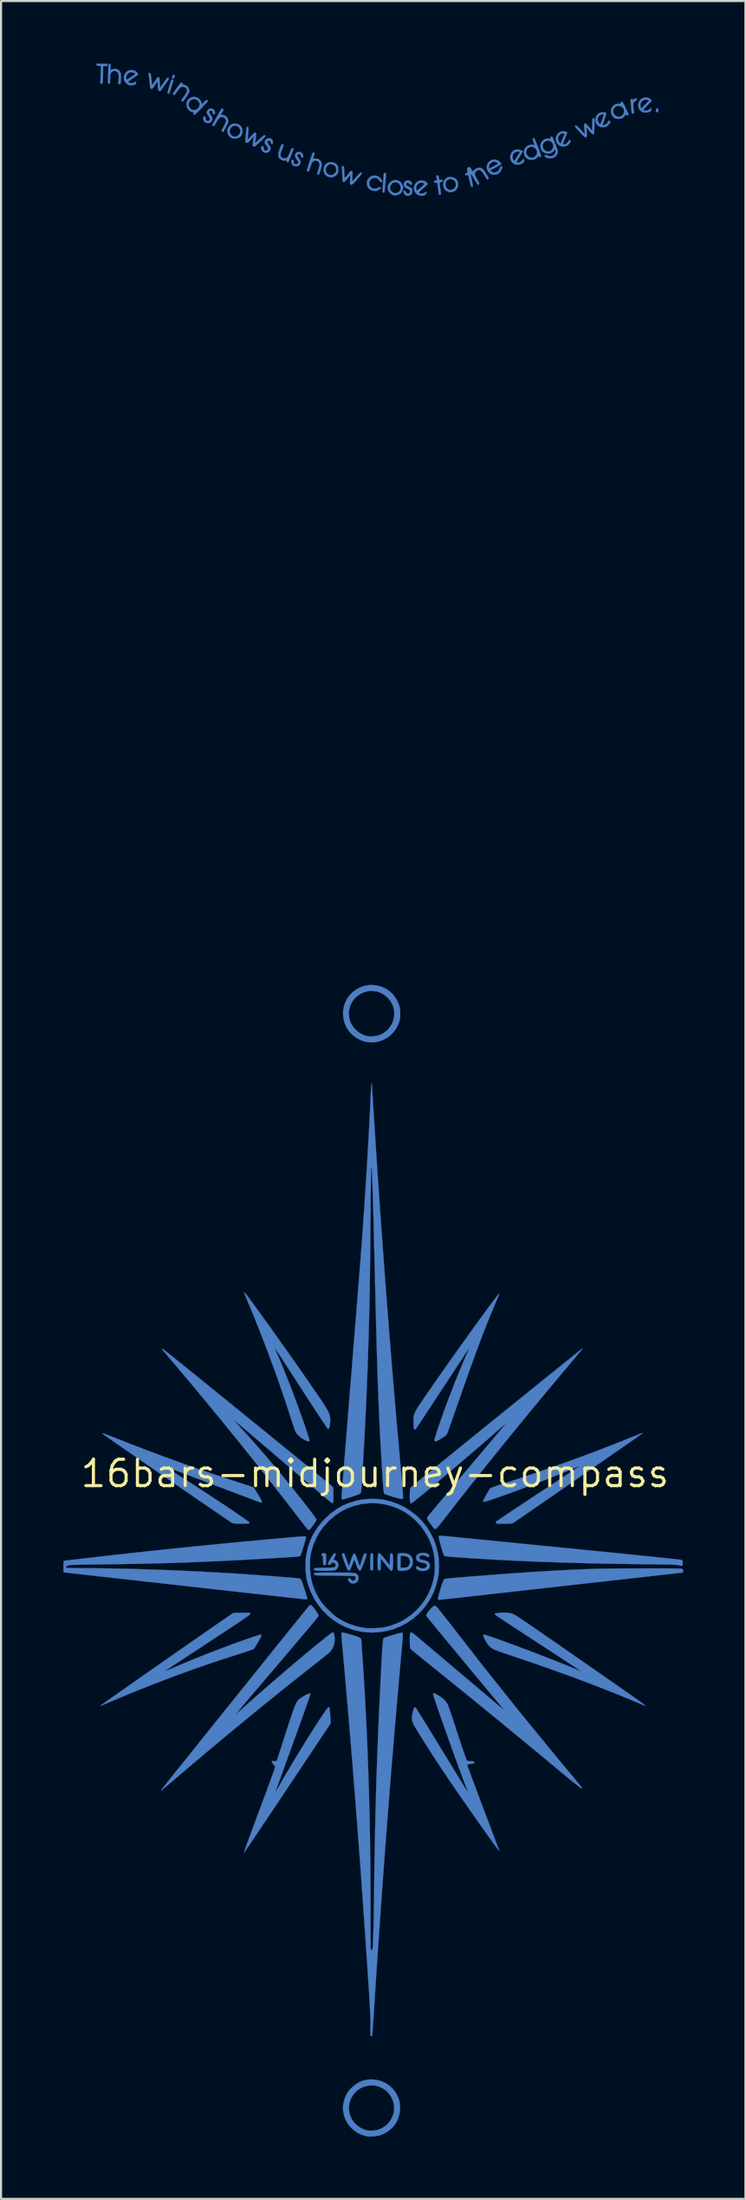
<source format=kicad_pcb>
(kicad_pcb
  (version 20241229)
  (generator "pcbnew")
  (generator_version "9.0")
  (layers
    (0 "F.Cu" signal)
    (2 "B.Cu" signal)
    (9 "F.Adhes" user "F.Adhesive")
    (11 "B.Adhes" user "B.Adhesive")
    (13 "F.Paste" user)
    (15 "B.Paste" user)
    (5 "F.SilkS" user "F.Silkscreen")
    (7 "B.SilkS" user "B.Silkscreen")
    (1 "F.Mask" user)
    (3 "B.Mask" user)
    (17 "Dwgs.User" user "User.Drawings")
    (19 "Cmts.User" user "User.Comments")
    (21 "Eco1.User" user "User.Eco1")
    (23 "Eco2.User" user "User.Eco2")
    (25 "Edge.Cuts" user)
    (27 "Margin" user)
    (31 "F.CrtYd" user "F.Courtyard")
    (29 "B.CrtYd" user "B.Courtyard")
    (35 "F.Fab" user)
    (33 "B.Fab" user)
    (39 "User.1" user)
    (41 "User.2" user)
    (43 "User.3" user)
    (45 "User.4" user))
  (footprint "16bars-midjourney-compass"
    (layer "F.Cu")
    (at 14.991 67.84)
    (property "Reference" "16bars-midjourney-compass" (at 0 0 0) (layer "F.SilkS") (effects (font (size 1.27 1.27) (thickness 0.15))))
    (attr through_hole)
    (fp_poly (pts (xy 13.611 -65.676) (xy 13.627 -65.657) (xy 13.631 -65.611) (xy 13.631 -65.585) (xy 13.628 -65.524) (xy 13.613 -65.497) (xy 13.576 -65.496) (xy 13.539 -65.505) (xy 13.511 -65.525) (xy 13.513 -65.56) (xy 13.523 -65.615) (xy 13.525 -65.643) (xy 13.542 -65.673) (xy 13.578 -65.68) (xy 13.611 -65.676)) (stroke (width 0.01) (type solid)) (fill yes) (layer "B.Cu"))
    (fp_poly (pts (xy -9.681 -67.292) (xy -9.647 -67.284) (xy -9.634 -67.267) (xy -9.637 -67.228) (xy -9.642 -67.196) (xy -9.658 -67.143) (xy -9.684 -67.122) (xy -9.704 -67.12) (xy -9.746 -67.124) (xy -9.763 -67.132) (xy -9.765 -67.158) (xy -9.753 -67.207) (xy -9.748 -67.222) (xy -9.723 -67.275) (xy -9.694 -67.293) (xy -9.681 -67.292)) (stroke (width 0.01) (type solid)) (fill yes) (layer "B.Cu"))
    (fp_poly (pts (xy -9.749 -67.064) (xy -9.711 -67.051) (xy -9.698 -67.045) (xy -9.701 -67.023) (xy -9.715 -66.969) (xy -9.738 -66.887) (xy -9.768 -66.786) (xy -9.791 -66.709) (xy -9.831 -66.581) (xy -9.862 -66.49) (xy -9.886 -66.429) (xy -9.906 -66.394) (xy -9.923 -66.38) (xy -9.929 -66.379) (xy -9.969 -66.39) (xy -9.981 -66.401) (xy -9.98 -66.428) (xy -9.967 -66.488) (xy -9.945 -66.573) (xy -9.916 -66.677) (xy -9.894 -66.751) (xy -9.856 -66.873) (xy -9.827 -66.96) (xy -9.806 -67.017) (xy -9.789 -67.05) (xy -9.773 -67.065) (xy -9.757 -67.066) (xy -9.749 -67.064)) (stroke (width 0.01) (type solid)) (fill yes) (layer "B.Cu"))
    (fp_poly (pts (xy 0.522 -62.394) (xy 0.506 -62.188) (xy 0.493 -62.021) (xy 0.482 -61.889) (xy 0.472 -61.788) (xy 0.462 -61.714) (xy 0.452 -61.664) (xy 0.441 -61.634) (xy 0.429 -61.62) (xy 0.415 -61.619) (xy 0.397 -61.627) (xy 0.383 -61.635) (xy 0.374 -61.647) (xy 0.368 -61.672) (xy 0.366 -61.714) (xy 0.367 -61.78) (xy 0.373 -61.874) (xy 0.382 -62.002) (xy 0.389 -62.085) (xy 0.399 -62.217) (xy 0.409 -62.335) (xy 0.416 -62.432) (xy 0.421 -62.503) (xy 0.424 -62.539) (xy 0.424 -62.542) (xy 0.442 -62.562) (xy 0.479 -62.569) (xy 0.535 -62.569) (xy 0.522 -62.394)) (stroke (width 0.01) (type solid)) (fill yes) (layer "B.Cu"))
    (fp_poly (pts (xy -2.409 3.836) (xy -2.37 3.854) (xy -2.362 3.865) (xy -2.357 3.898) (xy -2.353 3.965) (xy -2.35 4.053) (xy -2.349 4.139) (xy -2.35 4.245) (xy -2.353 4.317) (xy -2.36 4.361) (xy -2.371 4.387) (xy -2.387 4.4) (xy -2.441 4.408) (xy -2.461 4.4) (xy -2.478 4.384) (xy -2.489 4.354) (xy -2.495 4.302) (xy -2.497 4.22) (xy -2.498 4.169) (xy -2.499 4.071) (xy -2.502 4.008) (xy -2.51 3.973) (xy -2.523 3.959) (xy -2.53 3.958) (xy -2.565 3.942) (xy -2.577 3.904) (xy -2.561 3.863) (xy -2.522 3.84) (xy -2.466 3.831) (xy -2.409 3.836)) (stroke (width 0.01) (type solid)) (fill yes) (layer "B.Cu"))
    (fp_poly (pts (xy -13.351 -67.831) (xy -13.31 -67.826) (xy -13.238 -67.822) (xy -13.148 -67.819) (xy -13.086 -67.818) (xy -12.869 -67.818) (xy -12.869 -67.765) (xy -12.873 -67.734) (xy -12.89 -67.718) (xy -12.933 -67.713) (xy -12.975 -67.712) (xy -13.081 -67.712) (xy -13.081 -67.432) (xy -13.082 -67.311) (xy -13.085 -67.191) (xy -13.09 -67.085) (xy -13.095 -67.008) (xy -13.103 -66.933) (xy -13.113 -66.89) (xy -13.128 -66.871) (xy -13.153 -66.866) (xy -13.161 -66.865) (xy -13.214 -66.865) (xy -13.198 -67.288) (xy -13.183 -67.71) (xy -13.291 -67.725) (xy -13.355 -67.735) (xy -13.387 -67.749) (xy -13.398 -67.774) (xy -13.399 -67.791) (xy -13.392 -67.829) (xy -13.366 -67.835) (xy -13.351 -67.831)) (stroke (width 0.01) (type solid)) (fill yes) (layer "B.Cu"))
    (fp_poly (pts (xy -0.118 3.851) (xy -0.106 3.867) (xy -0.097 3.895) (xy -0.091 3.942) (xy -0.087 4.014) (xy -0.085 4.115) (xy -0.085 4.253) (xy -0.085 4.256) (xy -0.085 4.392) (xy -0.086 4.492) (xy -0.089 4.561) (xy -0.095 4.606) (xy -0.103 4.633) (xy -0.114 4.649) (xy -0.124 4.655) (xy -0.173 4.663) (xy -0.199 4.65) (xy -0.211 4.637) (xy -0.22 4.613) (xy -0.226 4.574) (xy -0.229 4.512) (xy -0.23 4.422) (xy -0.229 4.298) (xy -0.228 4.246) (xy -0.225 4.108) (xy -0.222 4.007) (xy -0.218 3.936) (xy -0.211 3.89) (xy -0.202 3.862) (xy -0.19 3.847) (xy -0.187 3.845) (xy -0.145 3.836) (xy -0.118 3.851)) (stroke (width 0.01) (type solid)) (fill yes) (layer "B.Cu"))
    (fp_poly (pts (xy 12.592 -66.145) (xy 12.594 -66.116) (xy 12.579 -66.065) (xy 12.542 -66.04) (xy 12.487 -66.01) (xy 12.452 -65.965) (xy 12.433 -65.897) (xy 12.43 -65.8) (xy 12.434 -65.717) (xy 12.442 -65.625) (xy 12.45 -65.544) (xy 12.458 -65.488) (xy 12.46 -65.474) (xy 12.462 -65.439) (xy 12.437 -65.427) (xy 12.416 -65.426) (xy 12.372 -65.435) (xy 12.352 -65.453) (xy 12.347 -65.485) (xy 12.34 -65.549) (xy 12.331 -65.636) (xy 12.322 -65.735) (xy 12.313 -65.837) (xy 12.305 -65.932) (xy 12.3 -66.01) (xy 12.298 -66.061) (xy 12.298 -66.066) (xy 12.305 -66.109) (xy 12.334 -66.124) (xy 12.351 -66.125) (xy 12.391 -66.116) (xy 12.404 -66.1) (xy 12.416 -66.092) (xy 12.441 -66.109) (xy 12.49 -66.14) (xy 12.536 -66.157) (xy 12.578 -66.163) (xy 12.592 -66.145)) (stroke (width 0.01) (type solid)) (fill yes) (layer "B.Cu"))
    (fp_poly (pts (xy 3.654 -62.374) (xy 3.783 -62.349) (xy 3.884 -62.293) (xy 3.955 -62.209) (xy 3.994 -62.099) (xy 4 -62.018) (xy 3.982 -61.897) (xy 3.932 -61.794) (xy 3.856 -61.714) (xy 3.76 -61.662) (xy 3.651 -61.642) (xy 3.535 -61.659) (xy 3.524 -61.663) (xy 3.413 -61.72) (xy 3.337 -61.8) (xy 3.293 -61.906) (xy 3.281 -62.021) (xy 3.387 -62.021) (xy 3.404 -61.918) (xy 3.45 -61.837) (xy 3.518 -61.78) (xy 3.599 -61.752) (xy 3.686 -61.754) (xy 3.772 -61.791) (xy 3.826 -61.837) (xy 3.88 -61.924) (xy 3.897 -62.018) (xy 3.879 -62.109) (xy 3.828 -62.189) (xy 3.745 -62.249) (xy 3.738 -62.252) (xy 3.638 -62.277) (xy 3.546 -62.264) (xy 3.468 -62.218) (xy 3.413 -62.144) (xy 3.388 -62.047) (xy 3.387 -62.021) (xy 3.281 -62.021) (xy 3.281 -62.024) (xy 3.298 -62.142) (xy 3.35 -62.241) (xy 3.441 -62.325) (xy 3.451 -62.332) (xy 3.501 -62.361) (xy 3.553 -62.374) (xy 3.623 -62.376) (xy 3.654 -62.374)) (stroke (width 0.01) (type solid)) (fill yes) (layer "B.Cu"))
    (fp_poly (pts (xy -6.607 -64.926) (xy -6.506 -64.872) (xy -6.431 -64.79) (xy -6.386 -64.683) (xy -6.373 -64.557) (xy -6.378 -64.511) (xy -6.411 -64.399) (xy -6.478 -64.312) (xy -6.574 -64.254) (xy -6.697 -64.226) (xy -6.715 -64.225) (xy -6.8 -64.224) (xy -6.86 -64.234) (xy -6.913 -64.258) (xy -6.919 -64.263) (xy -7.005 -64.329) (xy -7.06 -64.407) (xy -7.091 -64.498) (xy -7.095 -64.544) (xy -6.992 -64.544) (xy -6.962 -64.453) (xy -6.902 -64.377) (xy -6.818 -64.326) (xy -6.735 -64.306) (xy -6.7 -64.314) (xy -6.647 -64.336) (xy -6.63 -64.345) (xy -6.545 -64.408) (xy -6.494 -64.489) (xy -6.476 -64.58) (xy -6.491 -64.671) (xy -6.539 -64.754) (xy -6.62 -64.82) (xy -6.63 -64.825) (xy -6.714 -64.847) (xy -6.802 -64.834) (xy -6.884 -64.791) (xy -6.949 -64.722) (xy -6.985 -64.642) (xy -6.992 -64.544) (xy -7.095 -64.544) (xy -7.101 -64.617) (xy -7.073 -64.727) (xy -7.014 -64.821) (xy -6.928 -64.893) (xy -6.821 -64.936) (xy -6.729 -64.945) (xy -6.607 -64.926)) (stroke (width 0.01) (type solid)) (fill yes) (layer "B.Cu"))
    (fp_poly (pts (xy 0.097 -62.425) (xy 0.2 -62.374) (xy 0.241 -62.34) (xy 0.28 -62.294) (xy 0.317 -62.238) (xy 0.345 -62.184) (xy 0.356 -62.143) (xy 0.353 -62.131) (xy 0.323 -62.127) (xy 0.278 -62.141) (xy 0.238 -62.167) (xy 0.222 -62.189) (xy 0.198 -62.228) (xy 0.155 -62.274) (xy 0.145 -62.282) (xy 0.062 -62.328) (xy -0.03 -62.338) (xy -0.121 -62.317) (xy -0.2 -62.267) (xy -0.257 -62.192) (xy -0.275 -62.145) (xy -0.281 -62.052) (xy -0.256 -61.96) (xy -0.206 -61.883) (xy -0.151 -61.84) (xy -0.06 -61.811) (xy 0.034 -61.811) (xy 0.117 -61.838) (xy 0.135 -61.851) (xy 0.196 -61.883) (xy 0.247 -61.882) (xy 0.302 -61.868) (xy 0.251 -61.813) (xy 0.159 -61.743) (xy 0.049 -61.707) (xy -0.07 -61.708) (xy -0.182 -61.741) (xy -0.281 -61.805) (xy -0.348 -61.889) (xy -0.385 -61.985) (xy -0.394 -62.087) (xy -0.375 -62.187) (xy -0.331 -62.28) (xy -0.262 -62.357) (xy -0.172 -62.413) (xy -0.06 -62.44) (xy -0.023 -62.442) (xy 0.097 -62.425)) (stroke (width 0.01) (type solid)) (fill yes) (layer "B.Cu"))
    (fp_poly (pts (xy 1.126 -62.198) (xy 1.2 -62.154) (xy 1.269 -62.082) (xy 1.323 -61.989) (xy 1.351 -61.893) (xy 1.354 -61.86) (xy 1.341 -61.784) (xy 1.308 -61.699) (xy 1.265 -61.624) (xy 1.235 -61.591) (xy 1.139 -61.53) (xy 1.028 -61.498) (xy 0.915 -61.497) (xy 0.836 -61.519) (xy 0.756 -61.572) (xy 0.684 -61.647) (xy 0.636 -61.728) (xy 0.636 -61.729) (xy 0.612 -61.843) (xy 0.615 -61.868) (xy 0.721 -61.868) (xy 0.735 -61.775) (xy 0.788 -61.688) (xy 0.816 -61.66) (xy 0.905 -61.607) (xy 1 -61.596) (xy 1.099 -61.626) (xy 1.176 -61.686) (xy 1.223 -61.763) (xy 1.239 -61.849) (xy 1.228 -61.935) (xy 1.191 -62.014) (xy 1.13 -62.077) (xy 1.048 -62.116) (xy 0.981 -62.124) (xy 0.912 -62.118) (xy 0.861 -62.095) (xy 0.814 -62.053) (xy 0.748 -61.963) (xy 0.721 -61.868) (xy 0.615 -61.868) (xy 0.624 -61.951) (xy 0.667 -62.046) (xy 0.733 -62.126) (xy 0.819 -62.186) (xy 0.916 -62.221) (xy 1.021 -62.226) (xy 1.126 -62.198)) (stroke (width 0.01) (type solid)) (fill yes) (layer "B.Cu"))
    (fp_poly (pts (xy 3.033 -62.452) (xy 3.061 -62.414) (xy 3.069 -62.346) (xy 3.078 -62.276) (xy 3.106 -62.24) (xy 3.159 -62.233) (xy 3.183 -62.236) (xy 3.234 -62.242) (xy 3.255 -62.231) (xy 3.26 -62.2) (xy 3.26 -62.199) (xy 3.251 -62.163) (xy 3.217 -62.143) (xy 3.186 -62.136) (xy 3.151 -62.129) (xy 3.128 -62.116) (xy 3.116 -62.093) (xy 3.114 -62.051) (xy 3.12 -61.984) (xy 3.134 -61.885) (xy 3.143 -61.828) (xy 3.161 -61.706) (xy 3.172 -61.62) (xy 3.174 -61.563) (xy 3.167 -61.53) (xy 3.152 -61.514) (xy 3.128 -61.51) (xy 3.126 -61.51) (xy 3.106 -61.512) (xy 3.091 -61.522) (xy 3.079 -61.547) (xy 3.068 -61.593) (xy 3.057 -61.666) (xy 3.042 -61.773) (xy 3.037 -61.808) (xy 2.998 -62.105) (xy 2.922 -62.099) (xy 2.871 -62.099) (xy 2.847 -62.114) (xy 2.84 -62.137) (xy 2.844 -62.17) (xy 2.874 -62.188) (xy 2.909 -62.197) (xy 2.946 -62.205) (xy 2.968 -62.218) (xy 2.975 -62.245) (xy 2.97 -62.294) (xy 2.955 -62.374) (xy 2.951 -62.393) (xy 2.956 -62.434) (xy 2.987 -62.453) (xy 3.033 -62.452)) (stroke (width 0.01) (type solid)) (fill yes) (layer "B.Cu"))
    (fp_poly (pts (xy 0.256 3.863) (xy 0.323 3.93) (xy 0.409 4.032) (xy 0.48 4.122) (xy 0.709 4.412) (xy 0.72 4.14) (xy 0.725 4.023) (xy 0.731 3.943) (xy 0.74 3.89) (xy 0.751 3.86) (xy 0.766 3.845) (xy 0.807 3.836) (xy 0.834 3.851) (xy 0.848 3.883) (xy 0.859 3.949) (xy 0.866 4.04) (xy 0.871 4.147) (xy 0.872 4.262) (xy 0.87 4.376) (xy 0.864 4.48) (xy 0.856 4.566) (xy 0.845 4.624) (xy 0.835 4.645) (xy 0.814 4.664) (xy 0.795 4.675) (xy 0.775 4.673) (xy 0.748 4.655) (xy 0.71 4.618) (xy 0.658 4.558) (xy 0.588 4.471) (xy 0.501 4.363) (xy 0.275 4.081) (xy 0.275 4.357) (xy 0.275 4.471) (xy 0.272 4.55) (xy 0.268 4.601) (xy 0.259 4.631) (xy 0.246 4.648) (xy 0.234 4.656) (xy 0.192 4.665) (xy 0.16 4.645) (xy 0.148 4.625) (xy 0.138 4.592) (xy 0.132 4.54) (xy 0.129 4.461) (xy 0.127 4.35) (xy 0.127 4.262) (xy 0.129 4.096) (xy 0.135 3.971) (xy 0.148 3.886) (xy 0.171 3.84) (xy 0.206 3.833) (xy 0.256 3.863)) (stroke (width 0.01) (type solid)) (fill yes) (layer "B.Cu"))
    (fp_poly (pts (xy 13.136 -66.183) (xy 13.227 -66.139) (xy 13.277 -66.101) (xy 13.309 -66.067) (xy 13.314 -66.055) (xy 13.3 -66.031) (xy 13.26 -65.984) (xy 13.202 -65.92) (xy 13.129 -65.844) (xy 13.102 -65.818) (xy 13.013 -65.727) (xy 12.951 -65.656) (xy 12.916 -65.609) (xy 12.911 -65.587) (xy 12.943 -65.575) (xy 13 -65.568) (xy 13.027 -65.567) (xy 13.1 -65.574) (xy 13.162 -65.602) (xy 13.208 -65.635) (xy 13.293 -65.703) (xy 13.293 -65.629) (xy 13.288 -65.579) (xy 13.266 -65.546) (xy 13.216 -65.515) (xy 13.209 -65.511) (xy 13.103 -65.477) (xy 12.988 -65.471) (xy 12.881 -65.493) (xy 12.848 -65.508) (xy 12.756 -65.578) (xy 12.695 -65.672) (xy 12.664 -65.781) (xy 12.665 -65.802) (xy 12.769 -65.802) (xy 12.786 -65.731) (xy 12.808 -65.672) (xy 12.998 -65.861) (xy 13.188 -66.051) (xy 13.129 -66.076) (xy 13.033 -66.101) (xy 12.943 -66.085) (xy 12.895 -66.061) (xy 12.821 -65.992) (xy 12.777 -65.903) (xy 12.769 -65.802) (xy 12.665 -65.802) (xy 12.668 -65.896) (xy 12.706 -66.007) (xy 12.727 -66.042) (xy 12.808 -66.127) (xy 12.909 -66.18) (xy 13.022 -66.199) (xy 13.136 -66.183)) (stroke (width 0.01) (type solid)) (fill yes) (layer "B.Cu"))
    (fp_poly (pts (xy -7.81 -65.651) (xy -7.747 -65.606) (xy -7.706 -65.54) (xy -7.696 -65.48) (xy -7.701 -65.418) (xy -7.718 -65.39) (xy -7.754 -65.39) (xy -7.769 -65.395) (xy -7.803 -65.419) (xy -7.804 -65.448) (xy -7.807 -65.502) (xy -7.837 -65.545) (xy -7.882 -65.569) (xy -7.931 -65.565) (xy -7.954 -65.549) (xy -7.978 -65.501) (xy -7.963 -65.442) (xy -7.917 -65.377) (xy -7.852 -65.289) (xy -7.823 -65.21) (xy -7.828 -65.133) (xy -7.833 -65.117) (xy -7.879 -65.031) (xy -7.948 -64.98) (xy -8.035 -64.965) (xy -8.135 -64.988) (xy -8.145 -64.992) (xy -8.207 -65.04) (xy -8.251 -65.11) (xy -8.268 -65.189) (xy -8.264 -65.225) (xy -8.243 -65.277) (xy -8.211 -65.293) (xy -8.181 -65.286) (xy -8.156 -65.262) (xy -8.156 -65.215) (xy -8.157 -65.211) (xy -8.153 -65.148) (xy -8.121 -65.099) (xy -8.071 -65.072) (xy -8.015 -65.073) (xy -7.971 -65.1) (xy -7.942 -65.146) (xy -7.946 -65.202) (xy -7.982 -65.273) (xy -8.012 -65.314) (xy -8.053 -65.373) (xy -8.081 -65.423) (xy -8.088 -65.445) (xy -8.084 -65.528) (xy -8.053 -65.591) (xy -8.031 -65.616) (xy -7.963 -65.66) (xy -7.886 -65.671) (xy -7.81 -65.651)) (stroke (width 0.01) (type solid)) (fill yes) (layer "B.Cu"))
    (fp_poly (pts (xy -5.014 -64.223) (xy -4.955 -64.179) (xy -4.918 -64.111) (xy -4.911 -64.055) (xy -4.914 -63.999) (xy -4.922 -63.963) (xy -4.924 -63.959) (xy -4.953 -63.954) (xy -4.986 -63.977) (xy -5.012 -64.021) (xy -5.02 -64.056) (xy -5.029 -64.102) (xy -5.052 -64.121) (xy -5.101 -64.124) (xy -5.16 -64.112) (xy -5.183 -64.077) (xy -5.173 -64.022) (xy -5.127 -63.949) (xy -5.067 -63.867) (xy -5.033 -63.803) (xy -5.023 -63.75) (xy -5.027 -63.712) (xy -5.064 -63.63) (xy -5.127 -63.573) (xy -5.207 -63.544) (xy -5.294 -63.546) (xy -5.377 -63.582) (xy -5.393 -63.595) (xy -5.45 -63.667) (xy -5.473 -63.751) (xy -5.461 -63.829) (xy -5.441 -63.866) (xy -5.415 -63.868) (xy -5.396 -63.859) (xy -5.361 -63.82) (xy -5.356 -63.79) (xy -5.357 -63.728) (xy -5.343 -63.69) (xy -5.306 -63.659) (xy -5.302 -63.657) (xy -5.261 -63.634) (xy -5.228 -63.638) (xy -5.196 -63.657) (xy -5.153 -63.703) (xy -5.149 -63.762) (xy -5.183 -63.835) (xy -5.218 -63.881) (xy -5.277 -63.962) (xy -5.303 -64.028) (xy -5.3 -64.089) (xy -5.283 -64.132) (xy -5.229 -64.199) (xy -5.16 -64.235) (xy -5.085 -64.243) (xy -5.014 -64.223)) (stroke (width 0.01) (type solid)) (fill yes) (layer "B.Cu"))
    (fp_poly (pts (xy -3.586 -63.571) (xy -3.521 -63.532) (xy -3.473 -63.474) (xy -3.451 -63.403) (xy -3.462 -63.323) (xy -3.463 -63.323) (xy -3.48 -63.302) (xy -3.514 -63.309) (xy -3.526 -63.314) (xy -3.563 -63.342) (xy -3.565 -63.383) (xy -3.564 -63.384) (xy -3.57 -63.435) (xy -3.603 -63.471) (xy -3.651 -63.484) (xy -3.693 -63.471) (xy -3.731 -63.435) (xy -3.738 -63.394) (xy -3.712 -63.34) (xy -3.673 -63.289) (xy -3.606 -63.19) (xy -3.58 -63.101) (xy -3.593 -63.019) (xy -3.647 -62.941) (xy -3.651 -62.937) (xy -3.718 -62.898) (xy -3.804 -62.887) (xy -3.893 -62.906) (xy -3.921 -62.919) (xy -3.987 -62.974) (xy -4.018 -63.05) (xy -4.022 -63.095) (xy -4.017 -63.167) (xy -4 -63.203) (xy -3.967 -63.207) (xy -3.948 -63.2) (xy -3.914 -63.176) (xy -3.906 -63.137) (xy -3.909 -63.11) (xy -3.908 -63.049) (xy -3.876 -63.009) (xy -3.816 -62.983) (xy -3.768 -62.987) (xy -3.719 -63.017) (xy -3.687 -63.061) (xy -3.683 -63.083) (xy -3.695 -63.112) (xy -3.726 -63.164) (xy -3.768 -63.222) (xy -3.828 -63.319) (xy -3.852 -63.401) (xy -3.839 -63.473) (xy -3.8 -63.529) (xy -3.734 -63.575) (xy -3.659 -63.587) (xy -3.586 -63.571)) (stroke (width 0.01) (type solid)) (fill yes) (layer "B.Cu"))
    (fp_poly (pts (xy 1.387 3.833) (xy 1.476 3.841) (xy 1.55 3.854) (xy 1.582 3.864) (xy 1.692 3.929) (xy 1.768 4.02) (xy 1.81 4.137) (xy 1.82 4.247) (xy 1.804 4.385) (xy 1.754 4.498) (xy 1.672 4.584) (xy 1.639 4.606) (xy 1.583 4.634) (xy 1.521 4.653) (xy 1.442 4.665) (xy 1.349 4.672) (xy 1.253 4.676) (xy 1.189 4.676) (xy 1.149 4.669) (xy 1.123 4.654) (xy 1.116 4.647) (xy 1.102 4.629) (xy 1.093 4.601) (xy 1.086 4.556) (xy 1.082 4.489) (xy 1.08 4.392) (xy 1.08 4.26) (xy 1.079 4.247) (xy 1.081 4.095) (xy 1.084 3.982) (xy 1.086 3.958) (xy 1.228 3.958) (xy 1.228 4.534) (xy 1.385 4.526) (xy 1.473 4.52) (xy 1.532 4.508) (xy 1.573 4.487) (xy 1.596 4.468) (xy 1.656 4.385) (xy 1.685 4.287) (xy 1.681 4.185) (xy 1.645 4.092) (xy 1.608 4.045) (xy 1.545 3.998) (xy 1.465 3.97) (xy 1.358 3.959) (xy 1.32 3.958) (xy 1.228 3.958) (xy 1.086 3.958) (xy 1.091 3.906) (xy 1.1 3.865) (xy 1.105 3.857) (xy 1.141 3.842) (xy 1.208 3.834) (xy 1.294 3.831) (xy 1.387 3.833)) (stroke (width 0.01) (type solid)) (fill yes) (layer "B.Cu"))
    (fp_poly (pts (xy -2.043 -63.086) (xy -1.934 -63.048) (xy -1.844 -62.978) (xy -1.818 -62.947) (xy -1.79 -62.899) (xy -1.774 -62.846) (xy -1.768 -62.773) (xy -1.767 -62.727) (xy -1.77 -62.64) (xy -1.781 -62.58) (xy -1.803 -62.531) (xy -1.818 -62.508) (xy -1.89 -62.438) (xy -1.986 -62.386) (xy -2.089 -62.359) (xy -2.117 -62.358) (xy -2.184 -62.367) (xy -2.26 -62.39) (xy -2.278 -62.397) (xy -2.369 -62.453) (xy -2.428 -62.528) (xy -2.459 -62.627) (xy -2.466 -62.727) (xy -2.465 -62.739) (xy -2.371 -62.739) (xy -2.354 -62.628) (xy -2.305 -62.543) (xy -2.228 -62.488) (xy -2.125 -62.464) (xy -2.109 -62.464) (xy -2.052 -62.469) (xy -2.004 -62.492) (xy -1.949 -62.541) (xy -1.945 -62.545) (xy -1.895 -62.601) (xy -1.87 -62.648) (xy -1.863 -62.705) (xy -1.863 -62.715) (xy -1.88 -62.826) (xy -1.929 -62.911) (xy -2.006 -62.968) (xy -2.109 -62.991) (xy -2.129 -62.992) (xy -2.185 -62.985) (xy -2.235 -62.958) (xy -2.288 -62.91) (xy -2.339 -62.854) (xy -2.363 -62.806) (xy -2.371 -62.75) (xy -2.371 -62.739) (xy -2.465 -62.739) (xy -2.455 -62.851) (xy -2.418 -62.944) (xy -2.352 -63.014) (xy -2.278 -63.058) (xy -2.161 -63.09) (xy -2.043 -63.086)) (stroke (width 0.01) (type solid)) (fill yes) (layer "B.Cu"))
    (fp_poly (pts (xy 1.633 -62.207) (xy 1.707 -62.173) (xy 1.726 -62.157) (xy 1.765 -62.103) (xy 1.779 -62.052) (xy 1.768 -62.013) (xy 1.731 -61.997) (xy 1.73 -61.997) (xy 1.682 -62.016) (xy 1.661 -62.045) (xy 1.625 -62.086) (xy 1.575 -62.1) (xy 1.526 -62.087) (xy 1.503 -62.061) (xy 1.491 -62.019) (xy 1.509 -61.981) (xy 1.559 -61.943) (xy 1.643 -61.902) (xy 1.708 -61.867) (xy 1.758 -61.831) (xy 1.776 -61.81) (xy 1.798 -61.733) (xy 1.795 -61.645) (xy 1.769 -61.567) (xy 1.752 -61.542) (xy 1.688 -61.496) (xy 1.604 -61.475) (xy 1.52 -61.48) (xy 1.482 -61.494) (xy 1.442 -61.527) (xy 1.403 -61.579) (xy 1.374 -61.635) (xy 1.361 -61.683) (xy 1.365 -61.7) (xy 1.397 -61.723) (xy 1.438 -61.711) (xy 1.474 -61.67) (xy 1.483 -61.653) (xy 1.516 -61.602) (xy 1.562 -61.58) (xy 1.579 -61.578) (xy 1.645 -61.587) (xy 1.683 -61.626) (xy 1.69 -61.694) (xy 1.69 -61.694) (xy 1.679 -61.731) (xy 1.65 -61.763) (xy 1.594 -61.796) (xy 1.561 -61.813) (xy 1.464 -61.869) (xy 1.406 -61.926) (xy 1.382 -61.99) (xy 1.385 -62.049) (xy 1.418 -62.125) (xy 1.478 -62.179) (xy 1.553 -62.208) (xy 1.633 -62.207)) (stroke (width 0.01) (type solid)) (fill yes) (layer "B.Cu"))
    (fp_poly (pts (xy 6.924 -63.689) (xy 6.995 -63.672) (xy 7.057 -63.649) (xy 7.1 -63.624) (xy 7.112 -63.607) (xy 7.101 -63.584) (xy 7.071 -63.533) (xy 7.027 -63.46) (xy 6.972 -63.373) (xy 6.952 -63.341) (xy 6.886 -63.236) (xy 6.842 -63.16) (xy 6.819 -63.11) (xy 6.814 -63.082) (xy 6.82 -63.074) (xy 6.882 -63.058) (xy 6.956 -63.077) (xy 7.033 -63.126) (xy 7.084 -63.177) (xy 7.152 -63.256) (xy 7.172 -63.203) (xy 7.18 -63.143) (xy 7.154 -63.089) (xy 7.094 -63.037) (xy 6.998 -62.99) (xy 6.885 -62.967) (xy 6.793 -62.971) (xy 6.685 -63.009) (xy 6.599 -63.078) (xy 6.538 -63.17) (xy 6.506 -63.278) (xy 6.507 -63.341) (xy 6.615 -63.341) (xy 6.622 -63.282) (xy 6.641 -63.224) (xy 6.666 -63.176) (xy 6.691 -63.151) (xy 6.709 -63.154) (xy 6.726 -63.178) (xy 6.761 -63.231) (xy 6.807 -63.303) (xy 6.854 -63.378) (xy 6.983 -63.583) (xy 6.913 -63.596) (xy 6.816 -63.595) (xy 6.73 -63.558) (xy 6.663 -63.493) (xy 6.622 -63.406) (xy 6.615 -63.341) (xy 6.507 -63.341) (xy 6.507 -63.392) (xy 6.531 -63.473) (xy 6.594 -63.582) (xy 6.679 -63.653) (xy 6.786 -63.69) (xy 6.859 -63.695) (xy 6.924 -63.689)) (stroke (width 0.01) (type solid)) (fill yes) (layer "B.Cu"))
    (fp_poly (pts (xy -9.301 -66.919) (xy -9.27 -66.895) (xy -9.256 -66.862) (xy -9.258 -66.854) (xy -9.246 -66.833) (xy -9.196 -66.817) (xy -9.186 -66.815) (xy -9.088 -66.779) (xy -9.009 -66.713) (xy -8.956 -66.624) (xy -8.935 -66.522) (xy -8.941 -66.46) (xy -8.957 -66.421) (xy -8.991 -66.358) (xy -9.037 -66.282) (xy -9.09 -66.201) (xy -9.143 -66.124) (xy -9.191 -66.06) (xy -9.228 -66.016) (xy -9.245 -66.003) (xy -9.273 -66.011) (xy -9.288 -66.023) (xy -9.305 -66.043) (xy -9.309 -66.065) (xy -9.298 -66.095) (xy -9.269 -66.142) (xy -9.218 -66.213) (xy -9.196 -66.243) (xy -9.141 -66.32) (xy -9.095 -66.39) (xy -9.064 -66.443) (xy -9.058 -66.457) (xy -9.044 -66.54) (xy -9.065 -66.613) (xy -9.113 -66.67) (xy -9.178 -66.706) (xy -9.253 -66.716) (xy -9.33 -66.694) (xy -9.37 -66.666) (xy -9.41 -66.625) (xy -9.464 -66.561) (xy -9.521 -66.486) (xy -9.536 -66.466) (xy -9.594 -66.386) (xy -9.637 -66.338) (xy -9.668 -66.32) (xy -9.695 -66.326) (xy -9.714 -66.345) (xy -9.72 -66.363) (xy -9.711 -66.393) (xy -9.686 -66.439) (xy -9.641 -66.508) (xy -9.574 -66.602) (xy -9.546 -66.641) (xy -9.478 -66.734) (xy -9.418 -66.814) (xy -9.37 -66.876) (xy -9.34 -66.913) (xy -9.332 -66.92) (xy -9.301 -66.919)) (stroke (width 0.01) (type solid)) (fill yes) (layer "B.Cu"))
    (fp_poly (pts (xy -4.428 -63.947) (xy -4.409 -63.935) (xy -4.401 -63.919) (xy -4.403 -63.891) (xy -4.417 -63.844) (xy -4.445 -63.77) (xy -4.468 -63.71) (xy -4.502 -63.616) (xy -4.53 -63.53) (xy -4.547 -63.463) (xy -4.551 -63.434) (xy -4.532 -63.364) (xy -4.484 -63.31) (xy -4.416 -63.277) (xy -4.338 -63.268) (xy -4.262 -63.288) (xy -4.229 -63.308) (xy -4.194 -63.351) (xy -4.152 -63.429) (xy -4.105 -63.534) (xy -4.094 -63.562) (xy -4.056 -63.656) (xy -4.029 -63.717) (xy -4.008 -63.751) (xy -3.989 -63.763) (xy -3.969 -63.762) (xy -3.931 -63.748) (xy -3.918 -63.741) (xy -3.922 -63.72) (xy -3.939 -63.668) (xy -3.966 -63.592) (xy -4 -63.502) (xy -4.037 -63.404) (xy -4.075 -63.307) (xy -4.11 -63.219) (xy -4.139 -63.149) (xy -4.16 -63.103) (xy -4.168 -63.09) (xy -4.197 -63.089) (xy -4.219 -63.093) (xy -4.249 -63.115) (xy -4.249 -63.139) (xy -4.248 -63.162) (xy -4.269 -63.171) (xy -4.32 -63.167) (xy -4.328 -63.167) (xy -4.419 -63.17) (xy -4.504 -63.202) (xy -4.585 -63.257) (xy -4.634 -63.328) (xy -4.654 -63.419) (xy -4.643 -63.532) (xy -4.604 -63.672) (xy -4.579 -63.738) (xy -4.545 -63.823) (xy -4.515 -63.893) (xy -4.494 -63.939) (xy -4.486 -63.952) (xy -4.458 -63.957) (xy -4.428 -63.947)) (stroke (width 0.01) (type solid)) (fill yes) (layer "B.Cu"))
    (fp_poly (pts (xy 2.355 -62.191) (xy 2.413 -62.165) (xy 2.481 -62.116) (xy 2.526 -62.07) (xy 2.54 -62.036) (xy 2.525 -62.018) (xy 2.483 -61.977) (xy 2.42 -61.919) (xy 2.343 -61.85) (xy 2.309 -61.821) (xy 2.219 -61.743) (xy 2.158 -61.688) (xy 2.121 -61.651) (xy 2.105 -61.627) (xy 2.106 -61.612) (xy 2.121 -61.602) (xy 2.13 -61.598) (xy 2.228 -61.575) (xy 2.33 -61.592) (xy 2.398 -61.628) (xy 2.477 -61.681) (xy 2.477 -61.617) (xy 2.458 -61.558) (xy 2.407 -61.513) (xy 2.333 -61.483) (xy 2.245 -61.473) (xy 2.152 -61.483) (xy 2.083 -61.507) (xy 1.982 -61.575) (xy 1.913 -61.663) (xy 1.876 -61.766) (xy 1.873 -61.839) (xy 1.975 -61.839) (xy 1.979 -61.798) (xy 1.995 -61.747) (xy 2 -61.732) (xy 2.013 -61.724) (xy 2.045 -61.739) (xy 2.1 -61.779) (xy 2.18 -61.844) (xy 2.201 -61.863) (xy 2.275 -61.929) (xy 2.334 -61.986) (xy 2.373 -62.028) (xy 2.385 -62.049) (xy 2.362 -62.07) (xy 2.315 -62.092) (xy 2.306 -62.095) (xy 2.209 -62.106) (xy 2.116 -62.077) (xy 2.06 -62.036) (xy 2.02 -61.981) (xy 1.99 -61.91) (xy 1.975 -61.839) (xy 1.873 -61.839) (xy 1.871 -61.874) (xy 1.9 -61.982) (xy 1.962 -62.081) (xy 2.052 -62.161) (xy 2.143 -62.199) (xy 2.25 -62.209) (xy 2.355 -62.191)) (stroke (width 0.01) (type solid)) (fill yes) (layer "B.Cu"))
    (fp_poly (pts (xy 2.373 3.816) (xy 2.463 3.834) (xy 2.537 3.863) (xy 2.59 3.9) (xy 2.614 3.942) (xy 2.605 3.985) (xy 2.594 3.998) (xy 2.57 4.015) (xy 2.542 4.014) (xy 2.496 3.993) (xy 2.473 3.98) (xy 2.381 3.943) (xy 2.289 3.93) (xy 2.207 3.942) (xy 2.159 3.969) (xy 2.12 4.021) (xy 2.122 4.069) (xy 2.164 4.112) (xy 2.243 4.146) (xy 2.328 4.167) (xy 2.435 4.189) (xy 2.51 4.215) (xy 2.563 4.248) (xy 2.601 4.288) (xy 2.638 4.367) (xy 2.643 4.459) (xy 2.615 4.549) (xy 2.561 4.611) (xy 2.477 4.656) (xy 2.372 4.682) (xy 2.256 4.686) (xy 2.185 4.677) (xy 2.102 4.651) (xy 2.031 4.612) (xy 1.984 4.568) (xy 1.968 4.529) (xy 1.982 4.492) (xy 2.013 4.464) (xy 2.047 4.457) (xy 2.065 4.469) (xy 2.106 4.504) (xy 2.173 4.535) (xy 2.252 4.556) (xy 2.326 4.563) (xy 2.351 4.561) (xy 2.425 4.535) (xy 2.477 4.492) (xy 2.502 4.439) (xy 2.498 4.387) (xy 2.459 4.342) (xy 2.448 4.335) (xy 2.404 4.319) (xy 2.335 4.3) (xy 2.261 4.284) (xy 2.147 4.256) (xy 2.069 4.221) (xy 2.018 4.172) (xy 1.987 4.107) (xy 1.978 4.014) (xy 2.006 3.936) (xy 2.07 3.874) (xy 2.164 3.832) (xy 2.275 3.814) (xy 2.373 3.816)) (stroke (width 0.01) (type solid)) (fill yes) (layer "B.Cu"))
    (fp_poly (pts (xy 11.917 -65.978) (xy 11.949 -65.922) (xy 11.996 -65.83) (xy 12.056 -65.706) (xy 12.127 -65.55) (xy 12.16 -65.476) (xy 12.209 -65.367) (xy 12.157 -65.344) (xy 12.118 -65.332) (xy 12.097 -65.347) (xy 12.09 -65.364) (xy 12.078 -65.387) (xy 12.063 -65.384) (xy 12.037 -65.351) (xy 12.022 -65.327) (xy 11.971 -65.267) (xy 11.911 -65.218) (xy 11.896 -65.209) (xy 11.826 -65.187) (xy 11.738 -65.175) (xy 11.649 -65.175) (xy 11.58 -65.187) (xy 11.578 -65.187) (xy 11.488 -65.241) (xy 11.413 -65.322) (xy 11.386 -65.371) (xy 11.352 -65.49) (xy 11.354 -65.556) (xy 11.455 -65.556) (xy 11.461 -65.478) (xy 11.499 -65.403) (xy 11.574 -65.322) (xy 11.663 -65.278) (xy 11.76 -65.271) (xy 11.857 -65.305) (xy 11.869 -65.312) (xy 11.935 -65.376) (xy 11.974 -65.462) (xy 11.985 -65.556) (xy 11.964 -65.645) (xy 11.95 -65.671) (xy 11.88 -65.745) (xy 11.795 -65.788) (xy 11.704 -65.8) (xy 11.616 -65.781) (xy 11.539 -65.732) (xy 11.484 -65.654) (xy 11.481 -65.647) (xy 11.455 -65.556) (xy 11.354 -65.556) (xy 11.356 -65.606) (xy 11.393 -65.71) (xy 11.459 -65.798) (xy 11.551 -65.863) (xy 11.663 -65.897) (xy 11.72 -65.901) (xy 11.786 -65.903) (xy 11.819 -65.91) (xy 11.827 -65.927) (xy 11.825 -65.937) (xy 11.834 -65.974) (xy 11.874 -65.995) (xy 11.899 -65.998) (xy 11.917 -65.978)) (stroke (width 0.01) (type solid)) (fill yes) (layer "B.Cu"))
    (fp_poly (pts (xy -7.343 -65.667) (xy -7.315 -65.649) (xy -7.296 -65.631) (xy -7.291 -65.61) (xy -7.302 -65.577) (xy -7.333 -65.522) (xy -7.352 -65.49) (xy -7.428 -65.363) (xy -7.347 -65.363) (xy -7.248 -65.343) (xy -7.164 -65.291) (xy -7.1 -65.214) (xy -7.064 -65.121) (xy -7.061 -65.021) (xy -7.067 -64.992) (xy -7.082 -64.955) (xy -7.111 -64.894) (xy -7.149 -64.818) (xy -7.191 -64.738) (xy -7.234 -64.66) (xy -7.271 -64.595) (xy -7.298 -64.551) (xy -7.311 -64.537) (xy -7.329 -64.548) (xy -7.357 -64.568) (xy -7.379 -64.587) (xy -7.384 -64.608) (xy -7.371 -64.642) (xy -7.338 -64.7) (xy -7.296 -64.776) (xy -7.248 -64.868) (xy -7.216 -64.932) (xy -7.182 -65.003) (xy -7.167 -65.049) (xy -7.166 -65.085) (xy -7.178 -65.124) (xy -7.184 -65.139) (xy -7.232 -65.211) (xy -7.292 -65.248) (xy -7.367 -65.266) (xy -7.434 -65.252) (xy -7.499 -65.203) (xy -7.565 -65.118) (xy -7.605 -65.051) (xy -7.663 -64.95) (xy -7.705 -64.882) (xy -7.736 -64.842) (xy -7.761 -64.823) (xy -7.784 -64.821) (xy -7.797 -64.825) (xy -7.825 -64.853) (xy -7.825 -64.877) (xy -7.812 -64.906) (xy -7.782 -64.963) (xy -7.739 -65.042) (xy -7.687 -65.136) (xy -7.628 -65.239) (xy -7.568 -65.345) (xy -7.509 -65.446) (xy -7.456 -65.536) (xy -7.412 -65.61) (xy -7.381 -65.659) (xy -7.366 -65.679) (xy -7.366 -65.679) (xy -7.343 -65.667)) (stroke (width 0.01) (type solid)) (fill yes) (layer "B.Cu"))
    (fp_poly (pts (xy 5.833 -63.201) (xy 5.902 -63.174) (xy 5.971 -63.13) (xy 6.03 -63.08) (xy 6.067 -63.03) (xy 6.075 -63.003) (xy 6.057 -62.984) (xy 6.008 -62.949) (xy 5.935 -62.903) (xy 5.844 -62.852) (xy 5.807 -62.832) (xy 5.538 -62.689) (xy 5.596 -62.64) (xy 5.677 -62.596) (xy 5.768 -62.589) (xy 5.859 -62.617) (xy 5.915 -62.655) (xy 5.976 -62.727) (xy 6.003 -62.793) (xy 6.022 -62.844) (xy 6.054 -62.884) (xy 6.088 -62.905) (xy 6.11 -62.9) (xy 6.117 -62.869) (xy 6.109 -62.813) (xy 6.09 -62.746) (xy 6.065 -62.683) (xy 6.046 -62.649) (xy 5.962 -62.556) (xy 5.862 -62.502) (xy 5.749 -62.486) (xy 5.68 -62.489) (xy 5.626 -62.495) (xy 5.609 -62.499) (xy 5.521 -62.551) (xy 5.446 -62.63) (xy 5.418 -62.675) (xy 5.38 -62.79) (xy 5.38 -62.864) (xy 5.482 -62.864) (xy 5.482 -62.778) (xy 5.669 -62.875) (xy 5.753 -62.919) (xy 5.827 -62.96) (xy 5.879 -62.99) (xy 5.896 -63) (xy 5.918 -63.021) (xy 5.915 -63.038) (xy 5.881 -63.064) (xy 5.862 -63.075) (xy 5.769 -63.112) (xy 5.677 -63.107) (xy 5.59 -63.062) (xy 5.551 -63.025) (xy 5.504 -62.964) (xy 5.485 -62.904) (xy 5.482 -62.864) (xy 5.38 -62.864) (xy 5.379 -62.902) (xy 5.411 -63.005) (xy 5.471 -63.094) (xy 5.553 -63.162) (xy 5.654 -63.203) (xy 5.768 -63.212) (xy 5.833 -63.201)) (stroke (width 0.01) (type solid)) (fill yes) (layer "B.Cu"))
    (fp_poly (pts (xy -12.745 -67.815) (xy -12.73 -67.801) (xy -12.723 -67.767) (xy -12.721 -67.702) (xy -12.721 -67.671) (xy -12.721 -67.524) (xy -12.643 -67.557) (xy -12.541 -67.579) (xy -12.435 -67.569) (xy -12.348 -67.532) (xy -12.307 -67.492) (xy -12.266 -67.43) (xy -12.251 -67.401) (xy -12.232 -67.353) (xy -12.221 -67.306) (xy -12.217 -67.249) (xy -12.218 -67.171) (xy -12.224 -67.075) (xy -12.231 -66.974) (xy -12.237 -66.908) (xy -12.245 -66.869) (xy -12.258 -66.851) (xy -12.276 -66.845) (xy -12.293 -66.844) (xy -12.347 -66.844) (xy -12.334 -67.051) (xy -12.329 -67.174) (xy -12.33 -67.263) (xy -12.339 -67.327) (xy -12.358 -67.375) (xy -12.388 -67.416) (xy -12.398 -67.426) (xy -12.468 -67.47) (xy -12.545 -67.479) (xy -12.62 -67.456) (xy -12.683 -67.405) (xy -12.724 -67.329) (xy -12.729 -67.307) (xy -12.735 -67.256) (xy -12.74 -67.176) (xy -12.742 -67.084) (xy -12.742 -67.053) (xy -12.743 -66.964) (xy -12.746 -66.909) (xy -12.753 -66.879) (xy -12.768 -66.868) (xy -12.792 -66.866) (xy -12.795 -66.865) (xy -12.821 -66.867) (xy -12.837 -66.878) (xy -12.845 -66.907) (xy -12.848 -66.961) (xy -12.848 -67.04) (xy -12.847 -67.129) (xy -12.844 -67.246) (xy -12.84 -67.376) (xy -12.835 -67.505) (xy -12.834 -67.516) (xy -12.829 -67.635) (xy -12.823 -67.717) (xy -12.817 -67.77) (xy -12.809 -67.8) (xy -12.797 -67.814) (xy -12.781 -67.818) (xy -12.771 -67.818) (xy -12.745 -67.815)) (stroke (width 0.01) (type solid)) (fill yes) (layer "B.Cu"))
    (fp_poly (pts (xy 9.121 -64.567) (xy 9.185 -64.553) (xy 9.232 -64.536) (xy 9.25 -64.519) (xy 9.242 -64.494) (xy 9.222 -64.438) (xy 9.191 -64.358) (xy 9.153 -64.263) (xy 9.144 -64.241) (xy 9.105 -64.143) (xy 9.072 -64.059) (xy 9.049 -63.997) (xy 9.039 -63.964) (xy 9.038 -63.962) (xy 9.057 -63.95) (xy 9.1 -63.944) (xy 9.169 -63.963) (xy 9.238 -64.011) (xy 9.295 -64.078) (xy 9.313 -64.113) (xy 9.339 -64.163) (xy 9.362 -64.173) (xy 9.386 -64.142) (xy 9.393 -64.127) (xy 9.404 -64.082) (xy 9.389 -64.034) (xy 9.377 -64.014) (xy 9.301 -63.927) (xy 9.203 -63.869) (xy 9.091 -63.842) (xy 8.977 -63.848) (xy 8.88 -63.886) (xy 8.79 -63.959) (xy 8.731 -64.051) (xy 8.703 -64.154) (xy 8.704 -64.212) (xy 8.805 -64.212) (xy 8.822 -64.123) (xy 8.829 -64.107) (xy 8.865 -64.049) (xy 8.9 -64.011) (xy 8.927 -63.999) (xy 8.933 -64.002) (xy 8.946 -64.028) (xy 8.971 -64.084) (xy 9.003 -64.161) (xy 9.027 -64.22) (xy 9.061 -64.307) (xy 9.091 -64.381) (xy 9.111 -64.431) (xy 9.117 -64.447) (xy 9.109 -64.466) (xy 9.072 -64.474) (xy 9.018 -64.469) (xy 8.96 -64.454) (xy 8.932 -64.442) (xy 8.864 -64.385) (xy 8.821 -64.304) (xy 8.805 -64.212) (xy 8.704 -64.212) (xy 8.704 -64.26) (xy 8.733 -64.362) (xy 8.788 -64.452) (xy 8.868 -64.522) (xy 8.973 -64.566) (xy 9.001 -64.572) (xy 9.056 -64.574) (xy 9.121 -64.567)) (stroke (width 0.01) (type solid)) (fill yes) (layer "B.Cu"))
    (fp_poly (pts (xy 11.034 -65.488) (xy 11.084 -65.482) (xy 11.113 -65.464) (xy 11.122 -65.429) (xy 11.113 -65.372) (xy 11.087 -65.287) (xy 11.047 -65.168) (xy 11.044 -65.159) (xy 11.009 -65.055) (xy 10.98 -64.967) (xy 10.961 -64.9) (xy 10.953 -64.863) (xy 10.954 -64.858) (xy 10.978 -64.859) (xy 11.027 -64.874) (xy 11.063 -64.888) (xy 11.146 -64.938) (xy 11.208 -65.014) (xy 11.247 -65.097) (xy 11.263 -65.1) (xy 11.288 -65.078) (xy 11.312 -65.044) (xy 11.323 -65.01) (xy 11.323 -65.009) (xy 11.309 -64.974) (xy 11.272 -64.925) (xy 11.222 -64.871) (xy 11.17 -64.826) (xy 11.136 -64.804) (xy 11.019 -64.767) (xy 10.897 -64.768) (xy 10.882 -64.771) (xy 10.776 -64.816) (xy 10.681 -64.898) (xy 10.659 -64.926) (xy 10.628 -64.995) (xy 10.613 -65.087) (xy 10.614 -65.114) (xy 10.711 -65.114) (xy 10.737 -65.022) (xy 10.793 -64.942) (xy 10.813 -64.923) (xy 10.829 -64.916) (xy 10.845 -64.926) (xy 10.863 -64.958) (xy 10.888 -65.019) (xy 10.922 -65.113) (xy 10.926 -65.124) (xy 10.957 -65.218) (xy 10.983 -65.297) (xy 11 -65.354) (xy 11.006 -65.379) (xy 10.991 -65.401) (xy 10.952 -65.402) (xy 10.898 -65.387) (xy 10.839 -65.357) (xy 10.784 -65.318) (xy 10.756 -65.288) (xy 10.717 -65.207) (xy 10.711 -65.114) (xy 10.614 -65.114) (xy 10.615 -65.186) (xy 10.631 -65.276) (xy 10.659 -65.335) (xy 10.745 -65.424) (xy 10.846 -65.474) (xy 10.962 -65.489) (xy 11.034 -65.488)) (stroke (width 0.01) (type solid)) (fill yes) (layer "B.Cu"))
    (fp_poly (pts (xy -1.905 3.841) (xy -1.89 3.877) (xy -1.904 3.94) (xy -1.944 4.026) (xy -1.98 4.093) (xy -1.994 4.131) (xy -1.988 4.147) (xy -1.979 4.149) (xy -1.914 4.165) (xy -1.847 4.208) (xy -1.796 4.264) (xy -1.789 4.275) (xy -1.761 4.369) (xy -1.767 4.466) (xy -1.805 4.553) (xy -1.869 4.62) (xy -1.927 4.65) (xy -1.978 4.66) (xy -2.06 4.668) (xy -2.165 4.674) (xy -2.286 4.677) (xy -2.415 4.678) (xy -2.544 4.677) (xy -2.665 4.674) (xy -2.77 4.669) (xy -2.851 4.661) (xy -2.902 4.652) (xy -2.912 4.647) (xy -2.939 4.617) (xy -2.932 4.583) (xy -2.929 4.579) (xy -2.918 4.566) (xy -2.899 4.556) (xy -2.866 4.549) (xy -2.814 4.543) (xy -2.738 4.539) (xy -2.632 4.535) (xy -2.491 4.531) (xy -2.425 4.53) (xy -2.27 4.526) (xy -2.151 4.523) (xy -2.064 4.519) (xy -2.003 4.513) (xy -1.962 4.507) (xy -1.937 4.498) (xy -1.921 4.487) (xy -1.913 4.477) (xy -1.892 4.417) (xy -1.895 4.381) (xy -1.913 4.33) (xy -1.943 4.302) (xy -1.995 4.285) (xy -2.039 4.282) (xy -2.078 4.302) (xy -2.116 4.339) (xy -2.171 4.384) (xy -2.218 4.397) (xy -2.25 4.378) (xy -2.26 4.35) (xy -2.251 4.31) (xy -2.224 4.246) (xy -2.184 4.167) (xy -2.134 4.081) (xy -2.082 3.996) (xy -2.031 3.921) (xy -1.987 3.865) (xy -1.955 3.837) (xy -1.95 3.835) (xy -1.905 3.841)) (stroke (width 0.01) (type solid)) (fill yes) (layer "B.Cu"))
    (fp_poly (pts (xy -11.608 -67.506) (xy -11.571 -67.493) (xy -11.521 -67.463) (xy -11.469 -67.419) (xy -11.423 -67.37) (xy -11.396 -67.328) (xy -11.392 -67.307) (xy -11.411 -67.289) (xy -11.459 -67.253) (xy -11.529 -67.203) (xy -11.615 -67.144) (xy -11.648 -67.123) (xy -11.746 -67.056) (xy -11.814 -67.008) (xy -11.854 -66.974) (xy -11.872 -66.952) (xy -11.871 -66.936) (xy -11.865 -66.93) (xy -11.824 -66.911) (xy -11.762 -66.895) (xy -11.738 -66.892) (xy -11.659 -66.892) (xy -11.592 -66.915) (xy -11.569 -66.928) (xy -11.493 -66.975) (xy -11.493 -66.91) (xy -11.508 -66.849) (xy -11.538 -66.822) (xy -11.607 -66.8) (xy -11.696 -66.789) (xy -11.786 -66.791) (xy -11.857 -66.807) (xy -11.864 -66.81) (xy -11.922 -66.846) (xy -11.98 -66.895) (xy -11.984 -66.9) (xy -12.052 -66.998) (xy -12.082 -67.102) (xy -12.082 -67.131) (xy -11.977 -67.131) (xy -11.97 -67.08) (xy -11.953 -67.056) (xy -11.949 -67.056) (xy -11.928 -67.067) (xy -11.879 -67.096) (xy -11.81 -67.139) (xy -11.737 -67.185) (xy -11.657 -67.238) (xy -11.592 -67.284) (xy -11.549 -67.317) (xy -11.536 -67.332) (xy -11.555 -67.364) (xy -11.604 -67.392) (xy -11.669 -67.411) (xy -11.723 -67.416) (xy -11.79 -67.41) (xy -11.841 -67.385) (xy -11.886 -67.346) (xy -11.939 -67.275) (xy -11.97 -67.201) (xy -11.97 -67.198) (xy -11.977 -67.131) (xy -12.082 -67.131) (xy -12.081 -67.206) (xy -12.05 -67.304) (xy -11.995 -67.39) (xy -11.919 -67.46) (xy -11.826 -67.506) (xy -11.721 -67.523) (xy -11.608 -67.506)) (stroke (width 0.01) (type solid)) (fill yes) (layer "B.Cu"))
    (fp_poly (pts (xy -1.517 3.835) (xy -1.498 3.843) (xy -1.478 3.865) (xy -1.456 3.906) (xy -1.429 3.972) (xy -1.394 4.069) (xy -1.365 4.153) (xy -1.259 4.464) (xy -1.155 4.159) (xy -1.106 4.019) (xy -1.065 3.919) (xy -1.03 3.859) (xy -0.998 3.838) (xy -0.965 3.858) (xy -0.93 3.918) (xy -0.889 4.018) (xy -0.839 4.159) (xy -0.834 4.175) (xy -0.732 4.474) (xy -0.639 4.179) (xy -0.605 4.072) (xy -0.572 3.978) (xy -0.544 3.906) (xy -0.524 3.863) (xy -0.519 3.855) (xy -0.48 3.838) (xy -0.436 3.846) (xy -0.406 3.873) (xy -0.402 3.891) (xy -0.41 3.93) (xy -0.43 3.998) (xy -0.46 4.087) (xy -0.497 4.19) (xy -0.538 4.299) (xy -0.579 4.406) (xy -0.619 4.502) (xy -0.653 4.581) (xy -0.679 4.633) (xy -0.691 4.651) (xy -0.729 4.666) (xy -0.766 4.65) (xy -0.804 4.602) (xy -0.846 4.518) (xy -0.888 4.412) (xy -0.921 4.32) (xy -0.951 4.24) (xy -0.973 4.181) (xy -0.982 4.159) (xy -0.992 4.15) (xy -1.007 4.165) (xy -1.029 4.209) (xy -1.059 4.287) (xy -1.089 4.37) (xy -1.137 4.497) (xy -1.178 4.586) (xy -1.214 4.641) (xy -1.247 4.665) (xy -1.281 4.661) (xy -1.298 4.651) (xy -1.317 4.623) (xy -1.347 4.563) (xy -1.386 4.476) (xy -1.429 4.37) (xy -1.469 4.265) (xy -1.522 4.12) (xy -1.558 4.01) (xy -1.579 3.931) (xy -1.584 3.878) (xy -1.575 3.847) (xy -1.551 3.834) (xy -1.517 3.835)) (stroke (width 0.01) (type solid)) (fill yes) (layer "B.Cu"))
    (fp_poly (pts (xy -2.96 -63.552) (xy -2.956 -63.551) (xy -2.918 -63.538) (xy -2.905 -63.532) (xy -2.908 -63.511) (xy -2.921 -63.461) (xy -2.941 -63.392) (xy -2.942 -63.392) (xy -2.963 -63.323) (xy -2.978 -63.274) (xy -2.984 -63.254) (xy -2.984 -63.254) (xy -2.966 -63.254) (xy -2.918 -63.259) (xy -2.892 -63.262) (xy -2.781 -63.256) (xy -2.686 -63.215) (xy -2.614 -63.146) (xy -2.571 -63.053) (xy -2.561 -62.976) (xy -2.568 -62.917) (xy -2.585 -62.831) (xy -2.611 -62.734) (xy -2.626 -62.685) (xy -2.658 -62.59) (xy -2.683 -62.529) (xy -2.705 -62.496) (xy -2.726 -62.484) (xy -2.73 -62.484) (xy -2.769 -62.492) (xy -2.781 -62.502) (xy -2.78 -62.528) (xy -2.767 -62.585) (xy -2.746 -62.663) (xy -2.73 -62.718) (xy -2.696 -62.832) (xy -2.676 -62.915) (xy -2.669 -62.975) (xy -2.675 -63.021) (xy -2.692 -63.062) (xy -2.74 -63.125) (xy -2.808 -63.155) (xy -2.864 -63.161) (xy -2.925 -63.153) (xy -2.975 -63.126) (xy -3.019 -63.074) (xy -3.061 -62.991) (xy -3.105 -62.873) (xy -3.111 -62.853) (xy -3.141 -62.766) (xy -3.165 -62.695) (xy -3.181 -62.648) (xy -3.187 -62.636) (xy -3.209 -62.635) (xy -3.239 -62.643) (xy -3.255 -62.648) (xy -3.267 -62.655) (xy -3.273 -62.669) (xy -3.272 -62.694) (xy -3.263 -62.736) (xy -3.246 -62.799) (xy -3.219 -62.887) (xy -3.181 -63.007) (xy -3.131 -63.161) (xy -3.129 -63.167) (xy -3.085 -63.303) (xy -3.052 -63.404) (xy -3.026 -63.474) (xy -3.007 -63.519) (xy -2.99 -63.544) (xy -2.976 -63.553) (xy -2.96 -63.552)) (stroke (width 0.01) (type solid)) (fill yes) (layer "B.Cu"))
    (fp_poly (pts (xy -1.717 4.763) (xy -1.518 4.763) (xy -1.354 4.765) (xy -1.221 4.768) (xy -1.116 4.772) (xy -1.034 4.779) (xy -0.971 4.788) (xy -0.925 4.801) (xy -0.891 4.817) (xy -0.866 4.837) (xy -0.846 4.862) (xy -0.826 4.891) (xy -0.825 4.894) (xy -0.794 4.962) (xy -0.789 5.039) (xy -0.791 5.058) (xy -0.819 5.154) (xy -0.878 5.228) (xy -0.96 5.276) (xy -1.055 5.292) (xy -1.155 5.271) (xy -1.156 5.271) (xy -1.21 5.234) (xy -1.259 5.176) (xy -1.288 5.114) (xy -1.291 5.09) (xy -1.28 5.044) (xy -1.247 5.031) (xy -1.198 5.054) (xy -1.154 5.091) (xy -1.098 5.142) (xy -1.054 5.161) (xy -1.012 5.152) (xy -0.978 5.132) (xy -0.947 5.09) (xy -0.931 5.033) (xy -0.934 4.976) (xy -0.957 4.939) (xy -0.958 4.938) (xy -0.984 4.935) (xy -1.048 4.931) (xy -1.145 4.927) (xy -1.272 4.923) (xy -1.424 4.919) (xy -1.596 4.916) (xy -1.785 4.913) (xy -1.945 4.911) (xy -2.173 4.908) (xy -2.363 4.906) (xy -2.517 4.903) (xy -2.641 4.9) (xy -2.736 4.897) (xy -2.807 4.893) (xy -2.858 4.889) (xy -2.892 4.883) (xy -2.913 4.877) (xy -2.925 4.869) (xy -2.928 4.865) (xy -2.938 4.823) (xy -2.922 4.796) (xy -2.912 4.788) (xy -2.893 4.781) (xy -2.861 4.776) (xy -2.813 4.772) (xy -2.745 4.768) (xy -2.654 4.766) (xy -2.536 4.764) (xy -2.386 4.763) (xy -2.203 4.763) (xy -1.98 4.763) (xy -1.955 4.763) (xy -1.717 4.763)) (stroke (width 0.01) (type solid)) (fill yes) (layer "B.Cu"))
    (fp_poly (pts (xy 10.55 -65.196) (xy 10.555 -65.168) (xy 10.559 -65.116) (xy 10.559 -65.037) (xy 10.559 -64.924) (xy 10.557 -64.833) (xy 10.555 -64.696) (xy 10.553 -64.596) (xy 10.549 -64.526) (xy 10.543 -64.481) (xy 10.535 -64.454) (xy 10.524 -64.439) (xy 10.509 -64.431) (xy 10.506 -64.43) (xy 10.485 -64.427) (xy 10.46 -64.437) (xy 10.427 -64.463) (xy 10.382 -64.51) (xy 10.322 -64.581) (xy 10.242 -64.68) (xy 10.202 -64.73) (xy 10.188 -64.745) (xy 10.18 -64.741) (xy 10.177 -64.713) (xy 10.18 -64.656) (xy 10.187 -64.563) (xy 10.188 -64.546) (xy 10.196 -64.436) (xy 10.196 -64.362) (xy 10.188 -64.317) (xy 10.168 -64.293) (xy 10.136 -64.284) (xy 10.116 -64.283) (xy 10.092 -64.298) (xy 10.044 -64.34) (xy 9.979 -64.402) (xy 9.902 -64.481) (xy 9.836 -64.552) (xy 9.742 -64.656) (xy 9.676 -64.733) (xy 9.635 -64.787) (xy 9.619 -64.823) (xy 9.624 -64.844) (xy 9.648 -64.853) (xy 9.675 -64.854) (xy 9.701 -64.84) (xy 9.748 -64.799) (xy 9.811 -64.738) (xy 9.884 -64.662) (xy 9.904 -64.641) (xy 10.099 -64.428) (xy 10.087 -64.556) (xy 10.078 -64.655) (xy 10.068 -64.763) (xy 10.064 -64.812) (xy 10.06 -64.885) (xy 10.065 -64.929) (xy 10.073 -64.939) (xy 10.11 -64.946) (xy 10.121 -64.95) (xy 10.147 -64.939) (xy 10.193 -64.897) (xy 10.254 -64.831) (xy 10.298 -64.779) (xy 10.446 -64.597) (xy 10.452 -64.895) (xy 10.455 -65.002) (xy 10.46 -65.092) (xy 10.467 -65.157) (xy 10.474 -65.191) (xy 10.476 -65.193) (xy 10.511 -65.2) (xy 10.529 -65.206) (xy 10.541 -65.207) (xy 10.55 -65.196)) (stroke (width 0.01) (type solid)) (fill yes) (layer "B.Cu"))
    (fp_poly (pts (xy 7.654 -64.234) (xy 7.673 -64.212) (xy 7.697 -64.169) (xy 7.728 -64.101) (xy 7.768 -64.004) (xy 7.819 -63.872) (xy 7.84 -63.818) (xy 7.896 -63.67) (xy 7.938 -63.557) (xy 7.968 -63.475) (xy 7.986 -63.418) (xy 7.996 -63.382) (xy 7.996 -63.362) (xy 7.991 -63.353) (xy 7.982 -63.352) (xy 7.946 -63.345) (xy 7.929 -63.339) (xy 7.9 -63.341) (xy 7.895 -63.36) (xy 7.89 -63.389) (xy 7.871 -63.386) (xy 7.835 -63.351) (xy 7.817 -63.33) (xy 7.765 -63.278) (xy 7.709 -63.238) (xy 7.703 -63.235) (xy 7.628 -63.212) (xy 7.532 -63.205) (xy 7.434 -63.214) (xy 7.352 -63.238) (xy 7.348 -63.24) (xy 7.264 -63.303) (xy 7.203 -63.393) (xy 7.17 -63.498) (xy 7.166 -63.582) (xy 7.27 -63.582) (xy 7.284 -63.491) (xy 7.329 -63.408) (xy 7.407 -63.338) (xy 7.431 -63.325) (xy 7.524 -63.298) (xy 7.618 -63.313) (xy 7.684 -63.349) (xy 7.761 -63.428) (xy 7.798 -63.517) (xy 7.796 -63.611) (xy 7.752 -63.705) (xy 7.719 -63.746) (xy 7.635 -63.811) (xy 7.543 -63.834) (xy 7.445 -63.817) (xy 7.423 -63.807) (xy 7.34 -63.748) (xy 7.289 -63.67) (xy 7.27 -63.582) (xy 7.166 -63.582) (xy 7.165 -63.608) (xy 7.192 -63.713) (xy 7.218 -63.76) (xy 7.296 -63.844) (xy 7.393 -63.902) (xy 7.499 -63.932) (xy 7.602 -63.928) (xy 7.615 -63.925) (xy 7.661 -63.914) (xy 7.683 -63.914) (xy 7.684 -63.915) (xy 7.676 -63.938) (xy 7.657 -63.989) (xy 7.63 -64.055) (xy 7.598 -64.144) (xy 7.589 -64.201) (xy 7.601 -64.231) (xy 7.637 -64.241) (xy 7.638 -64.241) (xy 7.654 -64.234)) (stroke (width 0.01) (type solid)) (fill yes) (layer "B.Cu"))
    (fp_poly (pts (xy -10.844 -67.376) (xy -10.843 -67.376) (xy -10.819 -67.368) (xy -10.801 -67.354) (xy -10.789 -67.328) (xy -10.779 -67.281) (xy -10.769 -67.207) (xy -10.759 -67.107) (xy -10.748 -67.005) (xy -10.738 -66.915) (xy -10.731 -66.847) (xy -10.727 -66.813) (xy -10.716 -66.806) (xy -10.69 -66.833) (xy -10.646 -66.894) (xy -10.594 -66.977) (xy -10.527 -67.08) (xy -10.474 -67.147) (xy -10.433 -67.18) (xy -10.402 -67.181) (xy -10.381 -67.16) (xy -10.375 -67.131) (xy -10.367 -67.069) (xy -10.359 -66.984) (xy -10.354 -66.903) (xy -10.34 -66.668) (xy -10.175 -66.904) (xy -10.114 -66.991) (xy -10.06 -67.064) (xy -10.02 -67.118) (xy -9.998 -67.145) (xy -9.995 -67.147) (xy -9.965 -67.149) (xy -9.932 -67.143) (xy -9.916 -67.136) (xy -9.91 -67.124) (xy -9.915 -67.101) (xy -9.936 -67.063) (xy -9.973 -67.004) (xy -10.03 -66.921) (xy -10.101 -66.819) (xy -10.171 -66.719) (xy -10.233 -66.633) (xy -10.283 -66.566) (xy -10.317 -66.523) (xy -10.329 -66.509) (xy -10.356 -66.515) (xy -10.386 -66.52) (xy -10.406 -66.527) (xy -10.42 -66.544) (xy -10.43 -66.577) (xy -10.438 -66.636) (xy -10.444 -66.726) (xy -10.447 -66.761) (xy -10.462 -66.993) (xy -10.581 -66.802) (xy -10.635 -66.716) (xy -10.673 -66.662) (xy -10.701 -66.632) (xy -10.725 -66.62) (xy -10.75 -66.622) (xy -10.753 -66.623) (xy -10.793 -66.634) (xy -10.809 -66.64) (xy -10.812 -66.661) (xy -10.82 -66.717) (xy -10.829 -66.799) (xy -10.841 -66.902) (xy -10.846 -66.95) (xy -10.859 -67.065) (xy -10.872 -67.171) (xy -10.882 -67.257) (xy -10.89 -67.314) (xy -10.891 -67.324) (xy -10.896 -67.37) (xy -10.883 -67.383) (xy -10.844 -67.376)) (stroke (width 0.01) (type solid)) (fill yes) (layer "B.Cu"))
    (fp_poly (pts (xy -8.603 -66.213) (xy -8.508 -66.166) (xy -8.426 -66.098) (xy -8.367 -66.016) (xy -8.34 -65.928) (xy -8.34 -65.913) (xy -8.337 -65.89) (xy -8.325 -65.885) (xy -8.3 -65.904) (xy -8.254 -65.948) (xy -8.22 -65.983) (xy -8.16 -66.044) (xy -8.122 -66.077) (xy -8.097 -66.089) (xy -8.078 -66.082) (xy -8.062 -66.068) (xy -8.051 -66.054) (xy -8.047 -66.039) (xy -8.054 -66.017) (xy -8.075 -65.986) (xy -8.113 -65.94) (xy -8.172 -65.876) (xy -8.253 -65.789) (xy -8.35 -65.687) (xy -8.456 -65.576) (xy -8.538 -65.493) (xy -8.598 -65.433) (xy -8.642 -65.395) (xy -8.672 -65.374) (xy -8.693 -65.367) (xy -8.709 -65.37) (xy -8.714 -65.374) (xy -8.74 -65.403) (xy -8.73 -65.438) (xy -8.727 -65.444) (xy -8.715 -65.471) (xy -8.728 -65.486) (xy -8.774 -65.496) (xy -8.785 -65.498) (xy -8.879 -65.533) (xy -8.964 -65.6) (xy -9.03 -65.691) (xy -9.05 -65.733) (xy -9.074 -65.847) (xy -8.97 -65.847) (xy -8.952 -65.763) (xy -8.894 -65.681) (xy -8.88 -65.666) (xy -8.825 -65.619) (xy -8.771 -65.599) (xy -8.722 -65.596) (xy -8.647 -65.604) (xy -8.579 -65.624) (xy -8.57 -65.629) (xy -8.512 -65.678) (xy -8.466 -65.751) (xy -8.438 -65.832) (xy -8.437 -65.906) (xy -8.438 -65.907) (xy -8.479 -66.002) (xy -8.544 -66.071) (xy -8.624 -66.111) (xy -8.711 -66.124) (xy -8.797 -66.107) (xy -8.874 -66.061) (xy -8.933 -65.985) (xy -8.951 -65.943) (xy -8.97 -65.847) (xy -9.074 -65.847) (xy -9.075 -65.851) (xy -9.062 -65.963) (xy -9.016 -66.064) (xy -8.941 -66.147) (xy -8.844 -66.204) (xy -8.727 -66.23) (xy -8.704 -66.231) (xy -8.603 -66.213)) (stroke (width 0.01) (type solid)) (fill yes) (layer "B.Cu"))
    (fp_poly (pts (xy -6.101 -64.773) (xy -6.091 -64.759) (xy -6.085 -64.727) (xy -6.085 -64.672) (xy -6.091 -64.587) (xy -6.101 -64.467) (xy -6.101 -64.462) (xy -6.129 -64.167) (xy -5.961 -64.341) (xy -5.894 -64.411) (xy -5.837 -64.467) (xy -5.797 -64.504) (xy -5.781 -64.516) (xy -5.754 -64.505) (xy -5.738 -64.496) (xy -5.724 -64.482) (xy -5.718 -64.454) (xy -5.719 -64.406) (xy -5.726 -64.328) (xy -5.734 -64.269) (xy -5.746 -64.175) (xy -5.758 -64.094) (xy -5.768 -64.036) (xy -5.772 -64.019) (xy -5.763 -64.017) (xy -5.728 -64.042) (xy -5.672 -64.087) (xy -5.602 -64.151) (xy -5.568 -64.183) (xy -5.488 -64.257) (xy -5.418 -64.319) (xy -5.364 -64.364) (xy -5.331 -64.387) (xy -5.327 -64.389) (xy -5.289 -64.378) (xy -5.271 -64.367) (xy -5.264 -64.354) (xy -5.274 -64.331) (xy -5.304 -64.293) (xy -5.357 -64.237) (xy -5.436 -64.159) (xy -5.503 -64.094) (xy -5.592 -64.011) (xy -5.671 -63.939) (xy -5.737 -63.884) (xy -5.782 -63.849) (xy -5.8 -63.84) (xy -5.846 -63.85) (xy -5.861 -63.858) (xy -5.874 -63.872) (xy -5.88 -63.898) (xy -5.879 -63.944) (xy -5.871 -64.018) (xy -5.859 -64.106) (xy -5.828 -64.335) (xy -5.981 -64.167) (xy -6.05 -64.093) (xy -6.097 -64.046) (xy -6.129 -64.022) (xy -6.155 -64.014) (xy -6.179 -64.02) (xy -6.189 -64.024) (xy -6.229 -64.051) (xy -6.244 -64.076) (xy -6.241 -64.106) (xy -6.236 -64.17) (xy -6.227 -64.259) (xy -6.217 -64.365) (xy -6.212 -64.41) (xy -6.201 -64.522) (xy -6.192 -64.621) (xy -6.185 -64.699) (xy -6.182 -64.746) (xy -6.181 -64.754) (xy -6.166 -64.786) (xy -6.129 -64.787) (xy -6.101 -64.773)) (stroke (width 0.01) (type solid)) (fill yes) (layer "B.Cu"))
    (fp_poly (pts (xy 8.523 -64.319) (xy 8.538 -64.292) (xy 8.565 -64.234) (xy 8.599 -64.152) (xy 8.639 -64.056) (xy 8.68 -63.953) (xy 8.719 -63.852) (xy 8.754 -63.761) (xy 8.78 -63.688) (xy 8.794 -63.642) (xy 8.795 -63.636) (xy 8.791 -63.534) (xy 8.751 -63.44) (xy 8.681 -63.361) (xy 8.589 -63.303) (xy 8.481 -63.272) (xy 8.426 -63.269) (xy 8.36 -63.272) (xy 8.309 -63.279) (xy 8.297 -63.282) (xy 8.251 -63.306) (xy 8.201 -63.34) (xy 8.163 -63.374) (xy 8.149 -63.395) (xy 8.167 -63.418) (xy 8.209 -63.428) (xy 8.26 -63.424) (xy 8.301 -63.407) (xy 8.37 -63.38) (xy 8.458 -63.375) (xy 8.545 -63.393) (xy 8.575 -63.406) (xy 8.638 -63.46) (xy 8.678 -63.539) (xy 8.689 -63.625) (xy 8.686 -63.648) (xy 8.673 -63.714) (xy 8.61 -63.638) (xy 8.529 -63.559) (xy 8.439 -63.515) (xy 8.328 -63.5) (xy 8.312 -63.5) (xy 8.192 -63.518) (xy 8.09 -63.573) (xy 8.016 -63.652) (xy 7.983 -63.723) (xy 7.965 -63.817) (xy 7.964 -63.862) (xy 8.062 -63.862) (xy 8.082 -63.77) (xy 8.136 -63.689) (xy 8.223 -63.626) (xy 8.312 -63.597) (xy 8.394 -63.605) (xy 8.461 -63.639) (xy 8.529 -63.706) (xy 8.569 -63.792) (xy 8.578 -63.887) (xy 8.555 -63.976) (xy 8.542 -63.998) (xy 8.47 -64.077) (xy 8.383 -64.12) (xy 8.291 -64.127) (xy 8.201 -64.096) (xy 8.133 -64.041) (xy 8.079 -63.955) (xy 8.062 -63.862) (xy 7.964 -63.862) (xy 7.964 -63.916) (xy 7.979 -63.994) (xy 8.027 -64.082) (xy 8.104 -64.155) (xy 8.197 -64.206) (xy 8.297 -64.228) (xy 8.38 -64.22) (xy 8.426 -64.209) (xy 8.442 -64.216) (xy 8.438 -64.246) (xy 8.437 -64.25) (xy 8.436 -64.291) (xy 8.467 -64.31) (xy 8.471 -64.312) (xy 8.51 -64.319) (xy 8.523 -64.319)) (stroke (width 0.01) (type solid)) (fill yes) (layer "B.Cu"))
    (fp_poly (pts (xy -1.526 -62.897) (xy -1.507 -62.888) (xy -1.494 -62.871) (xy -1.487 -62.838) (xy -1.482 -62.782) (xy -1.481 -62.694) (xy -1.48 -62.636) (xy -1.479 -62.506) (xy -1.474 -62.415) (xy -1.465 -62.362) (xy -1.448 -62.344) (xy -1.42 -62.358) (xy -1.38 -62.401) (xy -1.324 -62.472) (xy -1.322 -62.476) (xy -1.267 -62.548) (xy -1.221 -62.609) (xy -1.191 -62.649) (xy -1.183 -62.66) (xy -1.155 -62.669) (xy -1.122 -62.664) (xy -1.101 -62.656) (xy -1.088 -62.642) (xy -1.081 -62.615) (xy -1.08 -62.567) (xy -1.083 -62.49) (xy -1.088 -62.408) (xy -1.093 -62.312) (xy -1.095 -62.235) (xy -1.096 -62.183) (xy -1.093 -62.166) (xy -1.077 -62.182) (xy -1.038 -62.223) (xy -0.982 -62.284) (xy -0.915 -62.36) (xy -0.9 -62.378) (xy -0.83 -62.457) (xy -0.768 -62.522) (xy -0.721 -62.568) (xy -0.694 -62.589) (xy -0.691 -62.59) (xy -0.653 -62.579) (xy -0.637 -62.57) (xy -0.632 -62.556) (xy -0.644 -62.527) (xy -0.676 -62.48) (xy -0.731 -62.411) (xy -0.811 -62.316) (xy -0.847 -62.274) (xy -0.94 -62.168) (xy -1.011 -62.091) (xy -1.065 -62.04) (xy -1.106 -62.011) (xy -1.139 -62.002) (xy -1.168 -62.008) (xy -1.183 -62.016) (xy -1.196 -62.033) (xy -1.202 -62.069) (xy -1.203 -62.13) (xy -1.198 -62.225) (xy -1.196 -62.249) (xy -1.191 -62.338) (xy -1.188 -62.409) (xy -1.189 -62.453) (xy -1.191 -62.463) (xy -1.207 -62.447) (xy -1.243 -62.405) (xy -1.293 -62.343) (xy -1.333 -62.292) (xy -1.406 -62.203) (xy -1.459 -62.15) (xy -1.492 -62.133) (xy -1.496 -62.133) (xy -1.534 -62.144) (xy -1.545 -62.145) (xy -1.551 -62.165) (xy -1.557 -62.219) (xy -1.564 -62.299) (xy -1.57 -62.397) (xy -1.576 -62.504) (xy -1.581 -62.613) (xy -1.585 -62.714) (xy -1.586 -62.801) (xy -1.585 -62.865) (xy -1.582 -62.898) (xy -1.581 -62.9) (xy -1.554 -62.903) (xy -1.526 -62.897)) (stroke (width 0.01) (type solid)) (fill yes) (layer "B.Cu"))
    (fp_poly (pts (xy 0.089 -23.482) (xy 0.314 -23.422) (xy 0.523 -23.325) (xy 0.714 -23.193) (xy 0.881 -23.029) (xy 1.022 -22.834) (xy 1.067 -22.755) (xy 1.137 -22.602) (xy 1.182 -22.452) (xy 1.207 -22.289) (xy 1.214 -22.109) (xy 1.212 -21.993) (xy 1.205 -21.904) (xy 1.191 -21.826) (xy 1.168 -21.742) (xy 1.153 -21.696) (xy 1.058 -21.479) (xy 0.932 -21.285) (xy 0.778 -21.117) (xy 0.602 -20.978) (xy 0.406 -20.868) (xy 0.195 -20.791) (xy -0.026 -20.75) (xy -0.253 -20.745) (xy -0.482 -20.781) (xy -0.503 -20.786) (xy -0.715 -20.862) (xy -0.915 -20.972) (xy -1.094 -21.112) (xy -1.248 -21.277) (xy -1.369 -21.46) (xy -1.393 -21.507) (xy -1.48 -21.733) (xy -1.528 -21.962) (xy -1.536 -22.156) (xy -1.261 -22.156) (xy -1.248 -21.961) (xy -1.198 -21.764) (xy -1.154 -21.657) (xy -1.055 -21.493) (xy -0.925 -21.345) (xy -0.772 -21.218) (xy -0.604 -21.12) (xy -0.427 -21.055) (xy -0.36 -21.041) (xy -0.211 -21.029) (xy -0.046 -21.038) (xy 0.118 -21.067) (xy 0.181 -21.084) (xy 0.366 -21.162) (xy 0.531 -21.274) (xy 0.67 -21.414) (xy 0.783 -21.577) (xy 0.866 -21.758) (xy 0.916 -21.952) (xy 0.931 -22.155) (xy 0.908 -22.356) (xy 0.848 -22.544) (xy 0.752 -22.719) (xy 0.625 -22.876) (xy 0.473 -23.01) (xy 0.302 -23.115) (xy 0.118 -23.185) (xy 0.068 -23.196) (xy -0.141 -23.221) (xy -0.341 -23.207) (xy -0.529 -23.158) (xy -0.701 -23.079) (xy -0.856 -22.973) (xy -0.99 -22.843) (xy -1.1 -22.692) (xy -1.184 -22.525) (xy -1.238 -22.346) (xy -1.261 -22.156) (xy -1.536 -22.156) (xy -1.537 -22.19) (xy -1.51 -22.413) (xy -1.447 -22.627) (xy -1.351 -22.827) (xy -1.222 -23.009) (xy -1.062 -23.17) (xy -0.873 -23.306) (xy -0.737 -23.377) (xy -0.58 -23.44) (xy -0.435 -23.48) (xy -0.283 -23.499) (xy -0.148 -23.503) (xy 0.089 -23.482)) (stroke (width 0.01) (type solid)) (fill yes) (layer "B.Cu"))
    (fp_poly (pts (xy 0.066 29.166) (xy 0.29 29.223) (xy 0.499 29.316) (xy 0.689 29.44) (xy 0.854 29.593) (xy 0.991 29.773) (xy 1.055 29.888) (xy 1.125 30.043) (xy 1.171 30.181) (xy 1.196 30.317) (xy 1.204 30.466) (xy 1.201 30.575) (xy 1.175 30.81) (xy 1.118 31.02) (xy 1.028 31.21) (xy 0.902 31.387) (xy 0.811 31.487) (xy 0.627 31.644) (xy 0.427 31.762) (xy 0.21 31.842) (xy -0.025 31.883) (xy -0.116 31.889) (xy -0.213 31.89) (xy -0.298 31.89) (xy -0.36 31.887) (xy -0.381 31.885) (xy -0.62 31.818) (xy -0.84 31.714) (xy -1.039 31.573) (xy -1.124 31.496) (xy -1.283 31.311) (xy -1.405 31.109) (xy -1.488 30.894) (xy -1.533 30.67) (xy -1.538 30.442) (xy -1.254 30.442) (xy -1.251 30.642) (xy -1.212 30.835) (xy -1.138 31.018) (xy -1.03 31.186) (xy -0.892 31.333) (xy -0.723 31.456) (xy -0.646 31.497) (xy -0.552 31.539) (xy -0.456 31.575) (xy -0.375 31.598) (xy -0.36 31.601) (xy -0.224 31.612) (xy -0.071 31.606) (xy 0.079 31.585) (xy 0.154 31.567) (xy 0.341 31.491) (xy 0.509 31.379) (xy 0.655 31.237) (xy 0.773 31.069) (xy 0.86 30.88) (xy 0.902 30.734) (xy 0.924 30.532) (xy 0.908 30.335) (xy 0.856 30.149) (xy 0.774 29.976) (xy 0.663 29.82) (xy 0.527 29.685) (xy 0.371 29.575) (xy 0.197 29.493) (xy 0.009 29.443) (xy -0.189 29.43) (xy -0.32 29.442) (xy -0.533 29.495) (xy -0.724 29.584) (xy -0.892 29.708) (xy -1.034 29.865) (xy -1.145 30.046) (xy -1.219 30.242) (xy -1.254 30.442) (xy -1.538 30.442) (xy -1.538 30.44) (xy -1.503 30.21) (xy -1.428 29.981) (xy -1.394 29.909) (xy -1.344 29.814) (xy -1.29 29.732) (xy -1.223 29.651) (xy -1.133 29.557) (xy -1.124 29.547) (xy -0.945 29.392) (xy -0.758 29.276) (xy -0.56 29.198) (xy -0.343 29.156) (xy -0.167 29.147) (xy 0.066 29.166)) (stroke (width 0.01) (type solid)) (fill yes) (layer "B.Cu"))
    (fp_poly (pts (xy 4.558 -62.85) (xy 4.589 -62.816) (xy 4.622 -62.761) (xy 4.663 -62.689) (xy 4.692 -62.652) (xy 4.715 -62.647) (xy 4.738 -62.668) (xy 4.75 -62.685) (xy 4.813 -62.748) (xy 4.9 -62.795) (xy 4.995 -62.817) (xy 5.045 -62.816) (xy 5.109 -62.802) (xy 5.165 -62.773) (xy 5.218 -62.726) (xy 5.275 -62.653) (xy 5.342 -62.549) (xy 5.363 -62.515) (xy 5.416 -62.425) (xy 5.449 -62.364) (xy 5.465 -62.325) (xy 5.467 -62.301) (xy 5.456 -62.285) (xy 5.449 -62.279) (xy 5.414 -62.257) (xy 5.399 -62.251) (xy 5.384 -62.268) (xy 5.353 -62.315) (xy 5.313 -62.382) (xy 5.284 -62.431) (xy 5.2 -62.563) (xy 5.123 -62.654) (xy 5.051 -62.706) (xy 4.981 -62.718) (xy 4.913 -62.693) (xy 4.867 -62.655) (xy 4.826 -62.605) (xy 4.807 -62.551) (xy 4.811 -62.488) (xy 4.838 -62.409) (xy 4.89 -62.305) (xy 4.921 -62.251) (xy 4.971 -62.162) (xy 5.002 -62.102) (xy 5.016 -62.064) (xy 5.015 -62.041) (xy 5.003 -62.025) (xy 5.001 -62.024) (xy 4.965 -62.002) (xy 4.95 -61.997) (xy 4.935 -62.015) (xy 4.903 -62.062) (xy 4.859 -62.134) (xy 4.807 -62.222) (xy 4.79 -62.251) (xy 4.736 -62.343) (xy 4.687 -62.421) (xy 4.647 -62.476) (xy 4.622 -62.503) (xy 4.618 -62.505) (xy 4.599 -62.489) (xy 4.602 -62.468) (xy 4.619 -62.402) (xy 4.64 -62.316) (xy 4.66 -62.219) (xy 4.68 -62.123) (xy 4.696 -62.034) (xy 4.707 -61.964) (xy 4.711 -61.921) (xy 4.71 -61.913) (xy 4.679 -61.894) (xy 4.659 -61.891) (xy 4.642 -61.899) (xy 4.625 -61.924) (xy 4.607 -61.974) (xy 4.586 -62.055) (xy 4.564 -62.151) (xy 4.541 -62.252) (xy 4.521 -62.341) (xy 4.505 -62.407) (xy 4.497 -62.442) (xy 4.496 -62.443) (xy 4.476 -62.465) (xy 4.427 -62.468) (xy 4.413 -62.467) (xy 4.363 -62.465) (xy 4.343 -62.478) (xy 4.339 -62.503) (xy 4.352 -62.54) (xy 4.396 -62.56) (xy 4.404 -62.562) (xy 4.449 -62.576) (xy 4.461 -62.6) (xy 4.457 -62.619) (xy 4.434 -62.718) (xy 4.429 -62.783) (xy 4.442 -62.818) (xy 4.459 -62.828) (xy 4.511 -62.845) (xy 4.531 -62.853) (xy 4.558 -62.85)) (stroke (width 0.01) (type solid)) (fill yes) (layer "B.Cu"))
    (fp_poly (pts (xy 3.195 2.993) (xy 3.286 2.999) (xy 3.394 3.008) (xy 3.454 3.014) (xy 3.504 3.019) (xy 3.593 3.028) (xy 3.722 3.04) (xy 3.886 3.057) (xy 4.085 3.077) (xy 4.317 3.1) (xy 4.58 3.126) (xy 4.871 3.155) (xy 5.189 3.186) (xy 5.533 3.22) (xy 5.9 3.256) (xy 6.288 3.295) (xy 6.695 3.335) (xy 7.12 3.377) (xy 7.56 3.421) (xy 8.015 3.466) (xy 8.481 3.512) (xy 8.957 3.559) (xy 9.239 3.587) (xy 9.807 3.644) (xy 10.35 3.698) (xy 10.867 3.749) (xy 11.356 3.798) (xy 11.816 3.844) (xy 12.247 3.888) (xy 12.648 3.929) (xy 13.017 3.966) (xy 13.353 4.001) (xy 13.656 4.032) (xy 13.925 4.06) (xy 14.157 4.085) (xy 14.353 4.106) (xy 14.511 4.124) (xy 14.631 4.138) (xy 14.711 4.148) (xy 14.75 4.154) (xy 14.753 4.155) (xy 14.783 4.175) (xy 14.799 4.203) (xy 14.805 4.253) (xy 14.806 4.308) (xy 14.804 4.379) (xy 14.791 4.421) (xy 14.762 4.438) (xy 14.708 4.434) (xy 14.622 4.414) (xy 14.605 4.409) (xy 14.576 4.403) (xy 14.536 4.397) (xy 14.483 4.392) (xy 14.412 4.387) (xy 14.322 4.383) (xy 14.21 4.38) (xy 14.072 4.376) (xy 13.906 4.373) (xy 13.709 4.369) (xy 13.477 4.366) (xy 13.21 4.363) (xy 12.922 4.36) (xy 12.02 4.348) (xy 11.137 4.333) (xy 10.275 4.314) (xy 9.438 4.292) (xy 8.628 4.267) (xy 7.849 4.239) (xy 7.103 4.208) (xy 6.393 4.174) (xy 5.721 4.138) (xy 5.556 4.128) (xy 5.203 4.107) (xy 4.89 4.087) (xy 4.614 4.07) (xy 4.373 4.055) (xy 4.165 4.042) (xy 3.987 4.03) (xy 3.837 4.019) (xy 3.711 4.009) (xy 3.609 4.001) (xy 3.527 3.993) (xy 3.462 3.985) (xy 3.414 3.978) (xy 3.378 3.971) (xy 3.353 3.963) (xy 3.336 3.956) (xy 3.325 3.948) (xy 3.324 3.946) (xy 3.308 3.915) (xy 3.284 3.851) (xy 3.254 3.76) (xy 3.221 3.652) (xy 3.186 3.534) (xy 3.152 3.413) (xy 3.121 3.297) (xy 3.096 3.195) (xy 3.078 3.112) (xy 3.07 3.058) (xy 3.069 3.051) (xy 3.081 3.009) (xy 3.1 2.993) (xy 3.13 2.991) (xy 3.195 2.993)) (stroke (width 0.01) (type solid)) (fill yes) (layer "B.Cu"))
    (fp_poly (pts (xy 13.543 4.561) (xy 13.779 4.562) (xy 13.998 4.563) (xy 14.196 4.564) (xy 14.37 4.566) (xy 14.517 4.568) (xy 14.632 4.571) (xy 14.712 4.574) (xy 14.755 4.577) (xy 14.758 4.578) (xy 14.797 4.594) (xy 14.813 4.624) (xy 14.817 4.678) (xy 14.815 4.731) (xy 14.812 4.76) (xy 14.811 4.763) (xy 14.789 4.765) (xy 14.728 4.772) (xy 14.631 4.782) (xy 14.499 4.797) (xy 14.335 4.815) (xy 14.143 4.837) (xy 13.924 4.862) (xy 13.681 4.889) (xy 13.418 4.918) (xy 13.135 4.95) (xy 12.837 4.984) (xy 12.525 5.019) (xy 12.35 5.038) (xy 12.084 5.068) (xy 11.795 5.101) (xy 11.483 5.136) (xy 11.151 5.173) (xy 10.803 5.212) (xy 10.439 5.253) (xy 10.062 5.295) (xy 9.675 5.338) (xy 9.28 5.383) (xy 8.878 5.428) (xy 8.474 5.473) (xy 8.068 5.519) (xy 7.663 5.564) (xy 7.261 5.609) (xy 6.865 5.653) (xy 6.477 5.697) (xy 6.099 5.739) (xy 5.734 5.78) (xy 5.384 5.819) (xy 5.051 5.857) (xy 4.737 5.892) (xy 4.445 5.925) (xy 4.177 5.955) (xy 3.935 5.982) (xy 3.723 6.005) (xy 3.541 6.026) (xy 3.392 6.042) (xy 3.279 6.055) (xy 3.204 6.063) (xy 3.172 6.067) (xy 3.102 6.072) (xy 3.061 6.068) (xy 3.039 6.053) (xy 3.031 6.04) (xy 3.03 6.008) (xy 3.042 5.943) (xy 3.063 5.852) (xy 3.092 5.744) (xy 3.126 5.625) (xy 3.164 5.502) (xy 3.202 5.384) (xy 3.239 5.277) (xy 3.273 5.188) (xy 3.301 5.125) (xy 3.318 5.097) (xy 3.328 5.088) (xy 3.343 5.081) (xy 3.366 5.073) (xy 3.398 5.066) (xy 3.443 5.058) (xy 3.504 5.05) (xy 3.582 5.041) (xy 3.68 5.031) (xy 3.802 5.019) (xy 3.95 5.006) (xy 4.126 4.991) (xy 4.333 4.975) (xy 4.573 4.955) (xy 4.85 4.934) (xy 5.166 4.909) (xy 5.26 4.902) (xy 5.811 4.859) (xy 6.327 4.821) (xy 6.813 4.786) (xy 7.277 4.754) (xy 7.724 4.725) (xy 8.162 4.698) (xy 8.597 4.673) (xy 9.035 4.65) (xy 9.483 4.628) (xy 9.948 4.607) (xy 10.372 4.589) (xy 10.484 4.585) (xy 10.628 4.581) (xy 10.8 4.578) (xy 10.997 4.575) (xy 11.214 4.572) (xy 11.449 4.57) (xy 11.698 4.567) (xy 11.958 4.566) (xy 12.225 4.564) (xy 12.495 4.563) (xy 12.765 4.562) (xy 13.032 4.561) (xy 13.293 4.561) (xy 13.543 4.561)) (stroke (width 0.01) (type solid)) (fill yes) (layer "B.Cu"))
    (fp_poly (pts (xy -6.284 -8.722) (xy -6.245 -8.677) (xy -6.185 -8.601) (xy -6.104 -8.497) (xy -6.005 -8.365) (xy -5.89 -8.209) (xy -5.758 -8.03) (xy -5.613 -7.831) (xy -5.455 -7.613) (xy -5.286 -7.378) (xy -5.107 -7.129) (xy -4.919 -6.867) (xy -4.725 -6.594) (xy -4.526 -6.313) (xy -4.322 -6.025) (xy -4.115 -5.733) (xy -3.908 -5.438) (xy -3.701 -5.142) (xy -3.495 -4.848) (xy -3.293 -4.557) (xy -3.095 -4.272) (xy -2.904 -3.994) (xy -2.742 -3.759) (xy -2.608 -3.562) (xy -2.496 -3.395) (xy -2.405 -3.254) (xy -2.333 -3.135) (xy -2.276 -3.034) (xy -2.233 -2.947) (xy -2.202 -2.87) (xy -2.18 -2.799) (xy -2.165 -2.729) (xy -2.16 -2.699) (xy -2.152 -2.596) (xy -2.153 -2.488) (xy -2.163 -2.382) (xy -2.18 -2.287) (xy -2.202 -2.21) (xy -2.228 -2.159) (xy -2.257 -2.142) (xy -2.26 -2.142) (xy -2.275 -2.16) (xy -2.312 -2.212) (xy -2.369 -2.295) (xy -2.444 -2.406) (xy -2.537 -2.544) (xy -2.644 -2.706) (xy -2.765 -2.89) (xy -2.899 -3.093) (xy -3.043 -3.314) (xy -3.197 -3.55) (xy -3.358 -3.799) (xy -3.526 -4.058) (xy -3.553 -4.1) (xy -3.721 -4.36) (xy -3.883 -4.61) (xy -4.036 -4.848) (xy -4.181 -5.07) (xy -4.314 -5.275) (xy -4.435 -5.462) (xy -4.543 -5.626) (xy -4.634 -5.767) (xy -4.71 -5.881) (xy -4.767 -5.967) (xy -4.804 -6.022) (xy -4.82 -6.045) (xy -4.82 -6.045) (xy -4.815 -6.024) (xy -4.795 -5.972) (xy -4.764 -5.896) (xy -4.724 -5.803) (xy -4.713 -5.776) (xy -4.646 -5.621) (xy -4.568 -5.435) (xy -4.481 -5.226) (xy -4.389 -5.002) (xy -4.296 -4.774) (xy -4.206 -4.547) (xy -4.12 -4.332) (xy -4.044 -4.137) (xy -4.01 -4.051) (xy -3.931 -3.843) (xy -3.85 -3.625) (xy -3.767 -3.401) (xy -3.684 -3.174) (xy -3.603 -2.948) (xy -3.524 -2.727) (xy -3.45 -2.515) (xy -3.381 -2.316) (xy -3.319 -2.133) (xy -3.264 -1.971) (xy -3.219 -1.832) (xy -3.185 -1.721) (xy -3.163 -1.642) (xy -3.154 -1.598) (xy -3.154 -1.595) (xy -3.161 -1.562) (xy -3.185 -1.548) (xy -3.231 -1.555) (xy -3.303 -1.582) (xy -3.402 -1.629) (xy -3.547 -1.718) (xy -3.677 -1.826) (xy -3.78 -1.946) (xy -3.826 -2.023) (xy -3.843 -2.063) (xy -3.871 -2.139) (xy -3.907 -2.243) (xy -3.95 -2.371) (xy -3.999 -2.516) (xy -4.05 -2.674) (xy -4.075 -2.752) (xy -4.328 -3.527) (xy -4.603 -4.327) (xy -4.894 -5.142) (xy -5.199 -5.962) (xy -5.514 -6.778) (xy -5.835 -7.58) (xy -6.096 -8.209) (xy -6.153 -8.346) (xy -6.204 -8.471) (xy -6.246 -8.577) (xy -6.278 -8.66) (xy -6.296 -8.714) (xy -6.301 -8.735) (xy -6.284 -8.722)) (stroke (width 0.01) (type solid)) (fill yes) (layer "B.Cu"))
    (fp_poly (pts (xy 6.416 6.697) (xy 6.565 6.729) (xy 6.699 6.782) (xy 6.731 6.799) (xy 6.785 6.832) (xy 6.86 6.881) (xy 6.959 6.946) (xy 7.08 7.027) (xy 7.226 7.126) (xy 7.397 7.242) (xy 7.594 7.377) (xy 7.818 7.531) (xy 8.068 7.703) (xy 8.347 7.896) (xy 8.654 8.109) (xy 8.991 8.342) (xy 9.358 8.597) (xy 9.756 8.874) (xy 10.186 9.173) (xy 10.648 9.495) (xy 11.144 9.841) (xy 11.599 10.158) (xy 11.861 10.341) (xy 12.089 10.501) (xy 12.287 10.639) (xy 12.456 10.758) (xy 12.598 10.858) (xy 12.716 10.941) (xy 12.81 11.009) (xy 12.884 11.063) (xy 12.939 11.105) (xy 12.978 11.135) (xy 13.001 11.156) (xy 13.012 11.168) (xy 13.012 11.174) (xy 13.006 11.174) (xy 12.981 11.166) (xy 12.924 11.143) (xy 12.84 11.109) (xy 12.737 11.066) (xy 12.62 11.017) (xy 12.615 11.015) (xy 12.045 10.776) (xy 11.438 10.53) (xy 10.8 10.279) (xy 10.136 10.025) (xy 9.451 9.769) (xy 8.75 9.514) (xy 8.038 9.261) (xy 7.32 9.013) (xy 6.616 8.776) (xy 6.365 8.691) (xy 6.15 8.617) (xy 5.97 8.553) (xy 5.828 8.501) (xy 5.724 8.459) (xy 5.66 8.429) (xy 5.647 8.422) (xy 5.509 8.309) (xy 5.388 8.161) (xy 5.29 7.989) (xy 5.243 7.887) (xy 5.216 7.816) (xy 5.21 7.773) (xy 5.223 7.751) (xy 5.244 7.747) (xy 5.284 7.755) (xy 5.361 7.777) (xy 5.47 7.812) (xy 5.61 7.859) (xy 5.777 7.917) (xy 5.967 7.985) (xy 6.178 8.061) (xy 6.407 8.145) (xy 6.651 8.235) (xy 6.906 8.33) (xy 7.169 8.429) (xy 7.438 8.53) (xy 7.708 8.634) (xy 7.978 8.737) (xy 8.244 8.84) (xy 8.503 8.94) (xy 8.751 9.038) (xy 8.987 9.131) (xy 9.205 9.218) (xy 9.405 9.299) (xy 9.581 9.372) (xy 9.732 9.436) (xy 9.811 9.471) (xy 9.871 9.496) (xy 9.909 9.509) (xy 9.917 9.508) (xy 9.917 9.507) (xy 9.896 9.493) (xy 9.843 9.458) (xy 9.759 9.402) (xy 9.645 9.327) (xy 9.506 9.236) (xy 9.342 9.128) (xy 9.156 9.006) (xy 8.95 8.872) (xy 8.727 8.726) (xy 8.488 8.57) (xy 8.236 8.405) (xy 7.973 8.234) (xy 7.842 8.148) (xy 7.575 7.974) (xy 7.318 7.806) (xy 7.073 7.646) (xy 6.842 7.495) (xy 6.628 7.354) (xy 6.432 7.226) (xy 6.258 7.111) (xy 6.107 7.011) (xy 5.981 6.927) (xy 5.883 6.862) (xy 5.815 6.816) (xy 5.779 6.791) (xy 5.774 6.786) (xy 5.761 6.759) (xy 5.767 6.738) (xy 5.797 6.722) (xy 5.857 6.71) (xy 5.95 6.699) (xy 6.049 6.691) (xy 6.247 6.685) (xy 6.416 6.697)) (stroke (width 0.01) (type solid)) (fill yes) (layer "B.Cu"))
    (fp_poly (pts (xy -6.381 6.693) (xy -6.001 6.699) (xy -6.001 6.749) (xy -6.005 6.759) (xy -6.017 6.775) (xy -6.04 6.796) (xy -6.076 6.825) (xy -6.126 6.862) (xy -6.191 6.909) (xy -6.275 6.968) (xy -6.378 7.038) (xy -6.503 7.122) (xy -6.65 7.221) (xy -6.823 7.336) (xy -7.022 7.468) (xy -7.25 7.618) (xy -7.509 7.788) (xy -7.799 7.979) (xy -8.068 8.156) (xy -8.336 8.332) (xy -8.593 8.501) (xy -8.838 8.662) (xy -9.068 8.813) (xy -9.282 8.954) (xy -9.476 9.083) (xy -9.65 9.197) (xy -9.801 9.297) (xy -9.926 9.38) (xy -10.023 9.445) (xy -10.091 9.49) (xy -10.126 9.514) (xy -10.131 9.518) (xy -10.111 9.512) (xy -10.058 9.49) (xy -9.975 9.456) (xy -9.87 9.412) (xy -9.745 9.359) (xy -9.609 9.301) (xy -9.138 9.102) (xy -8.647 8.9) (xy -8.144 8.699) (xy -7.639 8.502) (xy -7.138 8.313) (xy -6.652 8.134) (xy -6.188 7.969) (xy -5.874 7.861) (xy -5.735 7.815) (xy -5.63 7.781) (xy -5.556 7.761) (xy -5.507 7.752) (xy -5.478 7.753) (xy -5.464 7.764) (xy -5.461 7.781) (xy -5.471 7.81) (xy -5.499 7.869) (xy -5.54 7.951) (xy -5.593 8.048) (xy -5.633 8.12) (xy -5.712 8.258) (xy -5.776 8.358) (xy -5.825 8.423) (xy -5.86 8.454) (xy -5.86 8.454) (xy -5.894 8.467) (xy -5.963 8.491) (xy -6.061 8.524) (xy -6.183 8.564) (xy -6.324 8.61) (xy -6.478 8.659) (xy -6.54 8.678) (xy -7.563 9.01) (xy -8.604 9.367) (xy -9.65 9.746) (xy -10.691 10.142) (xy -11.715 10.55) (xy -12.709 10.967) (xy -12.753 10.986) (xy -12.901 11.049) (xy -13.014 11.098) (xy -13.096 11.133) (xy -13.153 11.156) (xy -13.187 11.169) (xy -13.203 11.173) (xy -13.205 11.17) (xy -13.198 11.162) (xy -13.187 11.15) (xy -13.164 11.133) (xy -13.108 11.092) (xy -13.023 11.031) (xy -12.908 10.95) (xy -12.768 10.851) (xy -12.604 10.735) (xy -12.418 10.604) (xy -12.212 10.459) (xy -11.988 10.302) (xy -11.749 10.134) (xy -11.496 9.957) (xy -11.232 9.773) (xy -10.959 9.582) (xy -10.893 9.536) (xy -10.181 9.536) (xy -10.171 9.546) (xy -10.16 9.536) (xy -10.171 9.525) (xy -10.181 9.536) (xy -10.893 9.536) (xy -10.679 9.386) (xy -10.393 9.187) (xy -10.105 8.985) (xy -9.816 8.784) (xy -9.529 8.583) (xy -9.245 8.385) (xy -8.966 8.191) (xy -8.695 8.003) (xy -8.435 7.822) (xy -8.186 7.649) (xy -7.951 7.486) (xy -7.732 7.334) (xy -7.532 7.195) (xy -7.352 7.071) (xy -7.195 6.962) (xy -7.062 6.871) (xy -6.956 6.798) (xy -6.879 6.746) (xy -6.833 6.716) (xy -6.82 6.708) (xy -6.78 6.702) (xy -6.706 6.697) (xy -6.606 6.694) (xy -6.488 6.693) (xy -6.381 6.693)) (stroke (width 0.01) (type solid)) (fill yes) (layer "B.Cu"))
    (fp_poly (pts (xy 12.874 -1.944) (xy 12.836 -1.913) (xy 12.791 -1.879) (xy 12.742 -1.844) (xy 12.661 -1.787) (xy 12.553 -1.711) (xy 12.417 -1.617) (xy 12.257 -1.505) (xy 12.075 -1.379) (xy 11.873 -1.238) (xy 11.654 -1.085) (xy 11.418 -0.922) (xy 11.169 -0.749) (xy 10.909 -0.568) (xy 10.639 -0.381) (xy 10.362 -0.19) (xy 10.081 0.005) (xy 9.797 0.202) (xy 9.512 0.4) (xy 9.229 0.595) (xy 8.95 0.789) (xy 8.676 0.978) (xy 8.411 1.161) (xy 8.156 1.337) (xy 7.914 1.505) (xy 7.686 1.662) (xy 7.475 1.808) (xy 7.283 1.94) (xy 7.112 2.058) (xy 6.965 2.159) (xy 6.842 2.243) (xy 6.748 2.308) (xy 6.683 2.352) (xy 6.65 2.373) (xy 6.647 2.375) (xy 6.614 2.39) (xy 6.572 2.4) (xy 6.515 2.407) (xy 6.435 2.411) (xy 6.327 2.413) (xy 6.211 2.413) (xy 6.07 2.412) (xy 5.967 2.41) (xy 5.895 2.405) (xy 5.85 2.398) (xy 5.826 2.387) (xy 5.823 2.384) (xy 5.808 2.344) (xy 5.81 2.326) (xy 5.829 2.31) (xy 5.881 2.274) (xy 5.964 2.216) (xy 6.075 2.14) (xy 6.213 2.047) (xy 6.376 1.938) (xy 6.56 1.815) (xy 6.764 1.679) (xy 6.985 1.532) (xy 7.222 1.375) (xy 7.472 1.209) (xy 7.733 1.037) (xy 7.842 0.965) (xy 8.107 0.791) (xy 8.361 0.623) (xy 8.603 0.464) (xy 8.83 0.313) (xy 9.04 0.174) (xy 9.232 0.048) (xy 9.403 -0.065) (xy 9.55 -0.163) (xy 9.671 -0.244) (xy 9.765 -0.306) (xy 9.829 -0.349) (xy 9.861 -0.371) (xy 9.864 -0.373) (xy 9.846 -0.368) (xy 9.798 -0.35) (xy 9.728 -0.321) (xy 9.689 -0.304) (xy 9.477 -0.214) (xy 9.247 -0.119) (xy 9.002 -0.019) (xy 8.744 0.085) (xy 8.476 0.191) (xy 8.201 0.299) (xy 7.923 0.406) (xy 7.643 0.514) (xy 7.366 0.619) (xy 7.092 0.721) (xy 6.826 0.82) (xy 6.571 0.914) (xy 6.329 1.002) (xy 6.102 1.082) (xy 5.895 1.155) (xy 5.709 1.218) (xy 5.548 1.271) (xy 5.414 1.313) (xy 5.31 1.342) (xy 5.239 1.359) (xy 5.205 1.36) (xy 5.203 1.359) (xy 5.2 1.337) (xy 5.216 1.29) (xy 5.251 1.215) (xy 5.307 1.11) (xy 5.344 1.044) (xy 5.402 0.941) (xy 5.456 0.849) (xy 5.5 0.775) (xy 5.531 0.727) (xy 5.541 0.714) (xy 5.57 0.697) (xy 5.634 0.67) (xy 5.728 0.634) (xy 5.846 0.593) (xy 5.982 0.547) (xy 6.073 0.517) (xy 6.991 0.218) (xy 7.921 -0.096) (xy 8.854 -0.423) (xy 9.783 -0.759) (xy 10.697 -1.101) (xy 11.588 -1.446) (xy 12.447 -1.79) (xy 12.541 -1.828) (xy 12.651 -1.873) (xy 12.747 -1.911) (xy 12.823 -1.939) (xy 12.871 -1.956) (xy 12.886 -1.959) (xy 12.874 -1.944)) (stroke (width 0.01) (type solid)) (fill yes) (layer "B.Cu"))
    (fp_poly (pts (xy -10.206 -5.998) (xy -10.156 -5.96) (xy -10.078 -5.897) (xy -9.971 -5.812) (xy -9.838 -5.706) (xy -9.682 -5.58) (xy -9.502 -5.435) (xy -9.302 -5.274) (xy -9.082 -5.096) (xy -8.845 -4.905) (xy -8.593 -4.7) (xy -8.326 -4.484) (xy -8.047 -4.258) (xy -7.757 -4.023) (xy -7.458 -3.781) (xy -7.152 -3.533) (xy -6.841 -3.28) (xy -6.525 -3.024) (xy -6.208 -2.766) (xy -5.89 -2.508) (xy -5.573 -2.251) (xy -5.259 -1.996) (xy -4.95 -1.744) (xy -4.648 -1.498) (xy -4.353 -1.258) (xy -4.069 -1.026) (xy -3.795 -0.804) (xy -3.535 -0.592) (xy -3.29 -0.392) (xy -3.062 -0.205) (xy -2.852 -0.034) (xy -2.662 0.122) (xy -2.493 0.26) (xy -2.348 0.379) (xy -2.229 0.478) (xy -2.136 0.555) (xy -2.071 0.609) (xy -2.037 0.638) (xy -2.032 0.643) (xy -2.02 0.669) (xy -2.011 0.712) (xy -2.005 0.776) (xy -2.002 0.869) (xy -2 0.997) (xy -2 1.041) (xy -2.001 1.159) (xy -2.004 1.262) (xy -2.008 1.344) (xy -2.013 1.395) (xy -2.017 1.41) (xy -2.046 1.415) (xy -2.085 1.406) (xy -2.107 1.39) (xy -2.159 1.348) (xy -2.24 1.282) (xy -2.347 1.193) (xy -2.479 1.083) (xy -2.633 0.954) (xy -2.808 0.806) (xy -3.002 0.642) (xy -3.213 0.464) (xy -3.44 0.272) (xy -3.679 0.068) (xy -3.93 -0.145) (xy -4.19 -0.367) (xy -4.343 -0.497) (xy -4.61 -0.725) (xy -4.87 -0.947) (xy -5.12 -1.161) (xy -5.36 -1.365) (xy -5.586 -1.559) (xy -5.798 -1.739) (xy -5.992 -1.905) (xy -6.167 -2.054) (xy -6.321 -2.186) (xy -6.452 -2.298) (xy -6.558 -2.388) (xy -6.636 -2.455) (xy -6.685 -2.497) (xy -6.699 -2.508) (xy -6.847 -2.635) (xy -6.646 -2.415) (xy -5.945 -1.638) (xy -5.275 -0.871) (xy -4.629 -0.108) (xy -4.001 0.659) (xy -3.533 1.249) (xy -3.36 1.47) (xy -3.213 1.659) (xy -3.091 1.819) (xy -2.993 1.95) (xy -2.917 2.053) (xy -2.863 2.131) (xy -2.829 2.185) (xy -2.816 2.215) (xy -2.815 2.219) (xy -2.827 2.25) (xy -2.859 2.307) (xy -2.907 2.383) (xy -2.966 2.47) (xy -2.976 2.483) (xy -3.049 2.584) (xy -3.105 2.652) (xy -3.148 2.692) (xy -3.183 2.707) (xy -3.215 2.702) (xy -3.23 2.693) (xy -3.247 2.673) (xy -3.288 2.624) (xy -3.348 2.548) (xy -3.424 2.451) (xy -3.514 2.335) (xy -3.615 2.205) (xy -3.715 2.074) (xy -4.422 1.16) (xy -5.152 0.229) (xy -5.897 -0.711) (xy -6.654 -1.653) (xy -7.414 -2.589) (xy -8.173 -3.511) (xy -8.924 -4.413) (xy -9.66 -5.285) (xy -9.743 -5.383) (xy -9.858 -5.518) (xy -9.963 -5.643) (xy -10.056 -5.754) (xy -10.134 -5.849) (xy -10.193 -5.922) (xy -10.231 -5.971) (xy -10.245 -5.991) (xy -10.245 -5.991) (xy -10.229 -6.011) (xy -10.224 -6.011) (xy -10.206 -5.998)) (stroke (width 0.01) (type solid)) (fill yes) (layer "B.Cu"))
    (fp_poly (pts (xy 2.898 6.364) (xy 2.921 6.373) (xy 2.95 6.398) (xy 3.004 6.456) (xy 3.079 6.545) (xy 3.175 6.663) (xy 3.291 6.809) (xy 3.425 6.98) (xy 3.519 7.101) (xy 5.214 9.279) (xy 6.948 11.452) (xy 8.723 13.621) (xy 9.153 14.139) (xy 9.297 14.311) (xy 9.433 14.474) (xy 9.558 14.625) (xy 9.67 14.761) (xy 9.767 14.878) (xy 9.847 14.974) (xy 9.906 15.046) (xy 9.942 15.09) (xy 9.953 15.105) (xy 9.951 15.13) (xy 9.932 15.139) (xy 9.91 15.13) (xy 9.862 15.097) (xy 9.787 15.041) (xy 9.683 14.96) (xy 9.551 14.855) (xy 9.389 14.724) (xy 9.198 14.567) (xy 8.976 14.383) (xy 8.722 14.173) (xy 8.689 14.145) (xy 7.966 13.544) (xy 7.259 12.959) (xy 6.562 12.384) (xy 5.867 11.814) (xy 5.167 11.242) (xy 4.456 10.663) (xy 3.725 10.072) (xy 2.969 9.461) (xy 2.847 9.363) (xy 2.66 9.212) (xy 2.482 9.068) (xy 2.316 8.933) (xy 2.165 8.81) (xy 2.031 8.701) (xy 1.918 8.608) (xy 1.828 8.534) (xy 1.764 8.481) (xy 1.73 8.451) (xy 1.725 8.446) (xy 1.708 8.422) (xy 1.695 8.39) (xy 1.687 8.342) (xy 1.681 8.27) (xy 1.677 8.168) (xy 1.675 8.113) (xy 1.673 7.954) (xy 1.674 7.832) (xy 1.681 7.744) (xy 1.693 7.686) (xy 1.712 7.653) (xy 1.737 7.641) (xy 1.741 7.641) (xy 1.78 7.654) (xy 1.837 7.688) (xy 1.893 7.731) (xy 1.918 7.752) (xy 1.973 7.798) (xy 2.056 7.868) (xy 2.164 7.959) (xy 2.294 8.07) (xy 2.446 8.198) (xy 2.615 8.341) (xy 2.801 8.498) (xy 2.999 8.666) (xy 3.209 8.843) (xy 3.428 9.028) (xy 3.653 9.219) (xy 3.883 9.413) (xy 4.114 9.608) (xy 4.344 9.803) (xy 4.572 9.995) (xy 4.794 10.183) (xy 5.008 10.364) (xy 5.212 10.537) (xy 5.404 10.7) (xy 5.582 10.85) (xy 5.742 10.985) (xy 5.882 11.104) (xy 6.001 11.205) (xy 6.096 11.285) (xy 6.164 11.342) (xy 6.202 11.374) (xy 6.255 11.419) (xy 6.21 11.367) (xy 6.148 11.293) (xy 6.065 11.194) (xy 5.961 11.071) (xy 5.841 10.926) (xy 5.704 10.762) (xy 5.553 10.581) (xy 5.39 10.385) (xy 5.217 10.176) (xy 5.036 9.958) (xy 4.848 9.731) (xy 4.655 9.499) (xy 4.46 9.263) (xy 4.263 9.026) (xy 4.068 8.79) (xy 3.876 8.558) (xy 3.688 8.331) (xy 3.507 8.112) (xy 3.334 7.903) (xy 3.172 7.706) (xy 3.021 7.524) (xy 2.885 7.359) (xy 2.765 7.213) (xy 2.663 7.089) (xy 2.581 6.988) (xy 2.52 6.913) (xy 2.482 6.867) (xy 2.47 6.851) (xy 2.464 6.818) (xy 2.473 6.781) (xy 2.499 6.731) (xy 2.548 6.664) (xy 2.619 6.575) (xy 2.701 6.479) (xy 2.765 6.413) (xy 2.815 6.374) (xy 2.857 6.359) (xy 2.898 6.364)) (stroke (width 0.01) (type solid)) (fill yes) (layer "B.Cu"))
    (fp_poly (pts (xy -13.083 -1.936) (xy -13.025 -1.917) (xy -12.938 -1.886) (xy -12.829 -1.844) (xy -12.703 -1.796) (xy -12.602 -1.756) (xy -11.794 -1.437) (xy -10.977 -1.123) (xy -10.157 -0.816) (xy -9.341 -0.519) (xy -8.537 -0.234) (xy -7.751 0.036) (xy -6.991 0.288) (xy -6.54 0.434) (xy -6.381 0.485) (xy -6.233 0.533) (xy -6.102 0.577) (xy -5.993 0.614) (xy -5.911 0.643) (xy -5.862 0.662) (xy -5.851 0.667) (xy -5.824 0.696) (xy -5.782 0.753) (xy -5.729 0.833) (xy -5.671 0.926) (xy -5.61 1.027) (xy -5.553 1.126) (xy -5.503 1.217) (xy -5.465 1.291) (xy -5.443 1.343) (xy -5.44 1.358) (xy -5.447 1.389) (xy -5.475 1.394) (xy -5.498 1.39) (xy -5.525 1.381) (xy -5.589 1.358) (xy -5.688 1.322) (xy -5.818 1.274) (xy -5.978 1.214) (xy -6.165 1.144) (xy -6.376 1.065) (xy -6.608 0.977) (xy -6.86 0.882) (xy -7.128 0.78) (xy -7.411 0.673) (xy -7.705 0.562) (xy -7.841 0.51) (xy -8.138 0.397) (xy -8.424 0.288) (xy -8.697 0.185) (xy -8.953 0.088) (xy -9.191 -0.002) (xy -9.407 -0.084) (xy -9.6 -0.156) (xy -9.767 -0.219) (xy -9.906 -0.271) (xy -10.014 -0.311) (xy -10.088 -0.339) (xy -10.126 -0.352) (xy -10.131 -0.354) (xy -10.117 -0.341) (xy -10.074 -0.312) (xy -10.011 -0.272) (xy -9.984 -0.255) (xy -9.797 -0.139) (xy -9.593 -0.011) (xy -9.376 0.127) (xy -9.147 0.272) (xy -8.91 0.425) (xy -8.667 0.582) (xy -8.42 0.742) (xy -8.173 0.903) (xy -7.927 1.065) (xy -7.685 1.224) (xy -7.45 1.379) (xy -7.224 1.529) (xy -7.01 1.672) (xy -6.81 1.807) (xy -6.628 1.93) (xy -6.465 2.042) (xy -6.324 2.14) (xy -6.208 2.222) (xy -6.119 2.286) (xy -6.06 2.332) (xy -6.034 2.357) (xy -6.032 2.36) (xy -6.05 2.39) (xy -6.066 2.4) (xy -6.107 2.407) (xy -6.181 2.411) (xy -6.279 2.413) (xy -6.392 2.413) (xy -6.51 2.411) (xy -6.625 2.407) (xy -6.726 2.401) (xy -6.806 2.394) (xy -6.855 2.385) (xy -6.858 2.384) (xy -6.88 2.37) (xy -6.936 2.334) (xy -7.021 2.277) (xy -7.135 2.2) (xy -7.275 2.105) (xy -7.44 1.993) (xy -7.626 1.866) (xy -7.832 1.725) (xy -8.055 1.572) (xy -8.294 1.409) (xy -8.546 1.236) (xy -8.809 1.056) (xy -9.081 0.869) (xy -9.359 0.677) (xy -9.643 0.483) (xy -9.929 0.286) (xy -10.215 0.089) (xy -10.499 -0.106) (xy -10.779 -0.299) (xy -10.882 -0.37) (xy -10.181 -0.37) (xy -10.171 -0.36) (xy -10.16 -0.37) (xy -10.171 -0.381) (xy -10.181 -0.37) (xy -10.882 -0.37) (xy -11.053 -0.488) (xy -11.319 -0.671) (xy -11.574 -0.848) (xy -11.816 -1.015) (xy -12.044 -1.172) (xy -12.254 -1.318) (xy -12.446 -1.451) (xy -12.616 -1.569) (xy -12.762 -1.671) (xy -12.884 -1.756) (xy -12.977 -1.822) (xy -13.04 -1.867) (xy -13.058 -1.88) (xy -13.098 -1.914) (xy -13.112 -1.937) (xy -13.109 -1.942) (xy -13.083 -1.936)) (stroke (width 0.01) (type solid)) (fill yes) (layer "B.Cu"))
    (fp_poly (pts (xy 5.979 -8.649) (xy 5.959 -8.594) (xy 5.926 -8.51) (xy 5.883 -8.404) (xy 5.832 -8.279) (xy 5.779 -8.157) (xy 5.666 -7.89) (xy 5.554 -7.621) (xy 5.442 -7.346) (xy 5.328 -7.063) (xy 5.213 -6.767) (xy 5.094 -6.458) (xy 4.971 -6.13) (xy 4.842 -5.781) (xy 4.706 -5.408) (xy 4.562 -5.008) (xy 4.409 -4.578) (xy 4.245 -4.114) (xy 4.07 -3.613) (xy 4.032 -3.503) (xy 3.93 -3.212) (xy 3.842 -2.958) (xy 3.765 -2.739) (xy 3.7 -2.552) (xy 3.644 -2.394) (xy 3.598 -2.263) (xy 3.56 -2.156) (xy 3.529 -2.071) (xy 3.504 -2.005) (xy 3.484 -1.955) (xy 3.469 -1.918) (xy 3.457 -1.892) (xy 3.448 -1.875) (xy 3.44 -1.863) (xy 3.435 -1.858) (xy 3.398 -1.826) (xy 3.336 -1.782) (xy 3.258 -1.73) (xy 3.171 -1.676) (xy 3.086 -1.625) (xy 3.01 -1.583) (xy 2.952 -1.555) (xy 2.922 -1.545) (xy 2.878 -1.562) (xy 2.861 -1.581) (xy 2.861 -1.613) (xy 2.876 -1.683) (xy 2.906 -1.789) (xy 2.949 -1.93) (xy 3.006 -2.104) (xy 3.075 -2.309) (xy 3.156 -2.544) (xy 3.249 -2.807) (xy 3.327 -3.026) (xy 3.437 -3.325) (xy 3.558 -3.648) (xy 3.688 -3.984) (xy 3.822 -4.328) (xy 3.959 -4.669) (xy 4.094 -5.001) (xy 4.224 -5.315) (xy 4.346 -5.602) (xy 4.427 -5.788) (xy 4.466 -5.878) (xy 4.497 -5.952) (xy 4.518 -6.004) (xy 4.524 -6.024) (xy 4.524 -6.024) (xy 4.512 -6.008) (xy 4.478 -5.958) (xy 4.424 -5.877) (xy 4.351 -5.768) (xy 4.262 -5.632) (xy 4.156 -5.473) (xy 4.036 -5.291) (xy 3.904 -5.09) (xy 3.761 -4.872) (xy 3.607 -4.639) (xy 3.446 -4.393) (xy 3.278 -4.136) (xy 3.261 -4.11) (xy 3.092 -3.852) (xy 2.928 -3.603) (xy 2.773 -3.366) (xy 2.626 -3.143) (xy 2.491 -2.937) (xy 2.368 -2.75) (xy 2.258 -2.584) (xy 2.164 -2.441) (xy 2.087 -2.325) (xy 2.028 -2.237) (xy 1.99 -2.179) (xy 1.972 -2.154) (xy 1.972 -2.154) (xy 1.929 -2.12) (xy 1.893 -2.128) (xy 1.869 -2.175) (xy 1.863 -2.218) (xy 1.858 -2.293) (xy 1.854 -2.39) (xy 1.853 -2.498) (xy 1.853 -2.508) (xy 1.853 -2.579) (xy 1.853 -2.641) (xy 1.856 -2.698) (xy 1.862 -2.753) (xy 1.873 -2.807) (xy 1.89 -2.865) (xy 1.916 -2.928) (xy 1.951 -3) (xy 1.998 -3.083) (xy 2.056 -3.18) (xy 2.13 -3.294) (xy 2.218 -3.427) (xy 2.324 -3.583) (xy 2.449 -3.764) (xy 2.593 -3.973) (xy 2.76 -4.213) (xy 2.855 -4.35) (xy 3.021 -4.589) (xy 3.196 -4.839) (xy 3.377 -5.097) (xy 3.564 -5.361) (xy 3.754 -5.629) (xy 3.946 -5.899) (xy 4.138 -6.169) (xy 4.329 -6.435) (xy 4.517 -6.697) (xy 4.701 -6.952) (xy 4.878 -7.197) (xy 5.048 -7.432) (xy 5.209 -7.652) (xy 5.359 -7.857) (xy 5.497 -8.044) (xy 5.621 -8.211) (xy 5.729 -8.355) (xy 5.821 -8.475) (xy 5.893 -8.569) (xy 5.946 -8.633) (xy 5.976 -8.667) (xy 5.984 -8.671) (xy 5.979 -8.649)) (stroke (width 0.01) (type solid)) (fill yes) (layer "B.Cu"))
    (fp_poly (pts (xy 9.992 -6.027) (xy 9.973 -5.997) (xy 9.932 -5.941) (xy 9.866 -5.859) (xy 9.775 -5.748) (xy 9.659 -5.609) (xy 9.516 -5.439) (xy 9.486 -5.404) (xy 8.92 -4.733) (xy 8.342 -4.042) (xy 7.756 -3.336) (xy 7.167 -2.62) (xy 6.578 -1.9) (xy 5.995 -1.181) (xy 5.421 -0.468) (xy 4.861 0.234) (xy 4.318 0.919) (xy 3.798 1.582) (xy 3.473 2) (xy 3.342 2.169) (xy 3.234 2.307) (xy 3.147 2.417) (xy 3.077 2.503) (xy 3.023 2.567) (xy 2.982 2.612) (xy 2.95 2.642) (xy 2.926 2.659) (xy 2.908 2.666) (xy 2.897 2.667) (xy 2.864 2.651) (xy 2.819 2.611) (xy 2.788 2.577) (xy 2.731 2.502) (xy 2.669 2.418) (xy 2.61 2.334) (xy 2.56 2.258) (xy 2.525 2.2) (xy 2.512 2.173) (xy 2.51 2.124) (xy 2.521 2.092) (xy 2.537 2.07) (xy 2.58 2.017) (xy 2.648 1.935) (xy 2.74 1.824) (xy 2.855 1.686) (xy 2.992 1.523) (xy 3.15 1.335) (xy 3.327 1.124) (xy 3.523 0.891) (xy 3.736 0.638) (xy 3.965 0.365) (xy 4.21 0.075) (xy 4.468 -0.232) (xy 4.74 -0.554) (xy 5.024 -0.889) (xy 5.318 -1.238) (xy 5.622 -1.597) (xy 5.934 -1.967) (xy 5.936 -1.968) (xy 6.034 -2.085) (xy 6.119 -2.189) (xy 6.189 -2.275) (xy 6.24 -2.34) (xy 6.271 -2.381) (xy 6.277 -2.395) (xy 6.273 -2.392) (xy 6.241 -2.365) (xy 6.181 -2.314) (xy 6.099 -2.243) (xy 5.999 -2.155) (xy 5.885 -2.055) (xy 5.762 -1.947) (xy 5.712 -1.904) (xy 5.529 -1.743) (xy 5.33 -1.57) (xy 5.12 -1.388) (xy 4.899 -1.197) (xy 4.67 -1.001) (xy 4.436 -0.801) (xy 4.198 -0.598) (xy 3.959 -0.395) (xy 3.721 -0.193) (xy 3.486 0.005) (xy 3.257 0.198) (xy 3.035 0.384) (xy 2.824 0.561) (xy 2.624 0.727) (xy 2.439 0.88) (xy 2.27 1.019) (xy 2.121 1.141) (xy 1.992 1.245) (xy 1.887 1.328) (xy 1.807 1.39) (xy 1.755 1.428) (xy 1.734 1.439) (xy 1.71 1.427) (xy 1.693 1.386) (xy 1.681 1.314) (xy 1.675 1.207) (xy 1.673 1.062) (xy 1.673 1.054) (xy 1.676 0.916) (xy 1.681 0.806) (xy 1.691 0.729) (xy 1.7 0.695) (xy 1.719 0.675) (xy 1.77 0.63) (xy 1.854 0.559) (xy 1.968 0.463) (xy 2.112 0.344) (xy 2.286 0.2) (xy 2.489 0.034) (xy 2.72 -0.155) (xy 2.978 -0.366) (xy 3.263 -0.598) (xy 3.574 -0.851) (xy 3.911 -1.124) (xy 4.272 -1.417) (xy 4.657 -1.729) (xy 5.065 -2.059) (xy 5.496 -2.407) (xy 5.831 -2.679) (xy 6.197 -2.974) (xy 6.554 -3.262) (xy 6.902 -3.543) (xy 7.238 -3.814) (xy 7.561 -4.075) (xy 7.87 -4.325) (xy 8.163 -4.562) (xy 8.44 -4.785) (xy 8.698 -4.994) (xy 8.936 -5.186) (xy 9.153 -5.361) (xy 9.348 -5.518) (xy 9.519 -5.656) (xy 9.664 -5.773) (xy 9.782 -5.869) (xy 9.872 -5.942) (xy 9.932 -5.99) (xy 9.962 -6.014) (xy 9.964 -6.016) (xy 9.989 -6.033) (xy 9.992 -6.027)) (stroke (width 0.01) (type solid)) (fill yes) (layer "B.Cu"))
    (fp_poly (pts (xy 0.086 1.223) (xy 0.278 1.238) (xy 0.392 1.255) (xy 0.756 1.341) (xy 1.103 1.465) (xy 1.428 1.622) (xy 1.73 1.812) (xy 2.008 2.032) (xy 2.259 2.28) (xy 2.481 2.555) (xy 2.671 2.854) (xy 2.829 3.176) (xy 2.952 3.518) (xy 3.038 3.878) (xy 3.039 3.884) (xy 3.059 4.036) (xy 3.072 4.215) (xy 3.078 4.407) (xy 3.075 4.599) (xy 3.065 4.779) (xy 3.048 4.933) (xy 3.042 4.964) (xy 2.955 5.334) (xy 2.832 5.682) (xy 2.673 6.008) (xy 2.477 6.312) (xy 2.245 6.597) (xy 2.126 6.72) (xy 1.853 6.963) (xy 1.557 7.17) (xy 1.241 7.341) (xy 0.908 7.476) (xy 0.561 7.572) (xy 0.201 7.63) (xy -0.168 7.647) (xy -0.37 7.64) (xy -0.725 7.595) (xy -1.068 7.512) (xy -1.396 7.392) (xy -1.708 7.236) (xy -2.001 7.049) (xy -2.271 6.83) (xy -2.518 6.583) (xy -2.738 6.31) (xy -2.929 6.013) (xy -3.089 5.694) (xy -3.214 5.356) (xy -3.284 5.095) (xy -3.313 4.925) (xy -3.332 4.727) (xy -3.341 4.514) (xy -3.341 4.445) (xy -3.129 4.445) (xy -3.126 4.538) (xy -3.102 4.863) (xy -3.049 5.164) (xy -2.966 5.449) (xy -2.85 5.727) (xy -2.698 6.006) (xy -2.61 6.144) (xy -2.543 6.235) (xy -2.45 6.344) (xy -2.339 6.464) (xy -2.219 6.586) (xy -2.096 6.703) (xy -1.98 6.806) (xy -1.878 6.888) (xy -1.841 6.914) (xy -1.535 7.098) (xy -1.207 7.245) (xy -0.861 7.355) (xy -0.499 7.427) (xy -0.487 7.429) (xy -0.375 7.439) (xy -0.233 7.442) (xy -0.074 7.44) (xy 0.091 7.432) (xy 0.25 7.419) (xy 0.391 7.403) (xy 0.466 7.39) (xy 0.807 7.3) (xy 1.13 7.173) (xy 1.434 7.012) (xy 1.715 6.819) (xy 1.972 6.596) (xy 2.203 6.345) (xy 2.404 6.07) (xy 2.573 5.773) (xy 2.709 5.456) (xy 2.809 5.122) (xy 2.857 4.87) (xy 2.866 4.786) (xy 2.873 4.675) (xy 2.878 4.551) (xy 2.88 4.432) (xy 2.866 4.106) (xy 2.821 3.803) (xy 2.743 3.512) (xy 2.631 3.224) (xy 2.584 3.122) (xy 2.408 2.81) (xy 2.203 2.525) (xy 1.969 2.269) (xy 1.71 2.044) (xy 1.429 1.851) (xy 1.128 1.692) (xy 0.809 1.568) (xy 0.476 1.481) (xy 0.131 1.432) (xy -0.223 1.423) (xy -0.275 1.426) (xy -0.634 1.464) (xy -0.977 1.542) (xy -1.305 1.659) (xy -1.615 1.814) (xy -1.908 2.008) (xy -2.182 2.24) (xy -2.291 2.348) (xy -2.506 2.592) (xy -2.684 2.842) (xy -2.831 3.106) (xy -2.952 3.394) (xy -2.982 3.482) (xy -3.043 3.681) (xy -3.086 3.864) (xy -3.114 4.044) (xy -3.127 4.233) (xy -3.129 4.445) (xy -3.341 4.445) (xy -3.34 4.298) (xy -3.329 4.093) (xy -3.307 3.912) (xy -3.306 3.905) (xy -3.225 3.546) (xy -3.109 3.209) (xy -2.957 2.893) (xy -2.767 2.594) (xy -2.538 2.31) (xy -2.394 2.158) (xy -2.126 1.916) (xy -1.849 1.712) (xy -1.558 1.545) (xy -1.247 1.412) (xy -0.91 1.31) (xy -0.716 1.267) (xy -0.539 1.241) (xy -0.337 1.224) (xy -0.124 1.218) (xy 0.086 1.223)) (stroke (width 0.01) (type solid)) (fill yes) (layer "B.Cu"))
    (fp_poly (pts (xy -3.049 6.346) (xy -3.003 6.396) (xy -2.946 6.466) (xy -2.885 6.547) (xy -2.825 6.631) (xy -2.772 6.709) (xy -2.732 6.774) (xy -2.711 6.818) (xy -2.709 6.827) (xy -2.712 6.835) (xy -2.719 6.85) (xy -2.733 6.871) (xy -2.754 6.9) (xy -2.784 6.939) (xy -2.823 6.989) (xy -2.873 7.05) (xy -2.934 7.125) (xy -3.007 7.214) (xy -3.094 7.318) (xy -3.195 7.439) (xy -3.312 7.579) (xy -3.446 7.737) (xy -3.597 7.916) (xy -3.767 8.116) (xy -3.956 8.339) (xy -4.166 8.587) (xy -4.398 8.859) (xy -4.652 9.158) (xy -4.93 9.485) (xy -5.233 9.841) (xy -5.562 10.227) (xy -5.794 10.499) (xy -5.949 10.681) (xy -6.096 10.854) (xy -6.232 11.015) (xy -6.354 11.16) (xy -6.462 11.288) (xy -6.552 11.396) (xy -6.623 11.481) (xy -6.671 11.54) (xy -6.696 11.571) (xy -6.698 11.575) (xy -6.681 11.563) (xy -6.637 11.527) (xy -6.571 11.47) (xy -6.485 11.395) (xy -6.386 11.307) (xy -6.293 11.224) (xy -6.079 11.033) (xy -5.853 10.832) (xy -5.616 10.624) (xy -5.372 10.41) (xy -5.122 10.193) (xy -4.869 9.974) (xy -4.613 9.755) (xy -4.359 9.537) (xy -4.107 9.322) (xy -3.86 9.113) (xy -3.62 8.91) (xy -3.388 8.716) (xy -3.168 8.533) (xy -2.961 8.361) (xy -2.77 8.204) (xy -2.595 8.062) (xy -2.44 7.938) (xy -2.307 7.833) (xy -2.198 7.749) (xy -2.114 7.688) (xy -2.058 7.652) (xy -2.034 7.641) (xy -2.005 7.644) (xy -1.985 7.659) (xy -1.971 7.693) (xy -1.959 7.755) (xy -1.948 7.838) (xy -1.94 8.039) (xy -1.969 8.225) (xy -2.033 8.394) (xy -2.132 8.54) (xy -2.166 8.577) (xy -2.205 8.614) (xy -2.274 8.672) (xy -2.365 8.747) (xy -2.474 8.836) (xy -2.595 8.933) (xy -2.724 9.034) (xy -2.741 9.048) (xy -3.585 9.712) (xy -4.452 10.403) (xy -5.336 11.117) (xy -6.234 11.851) (xy -7.139 12.598) (xy -8.047 13.357) (xy -8.952 14.121) (xy -9.476 14.567) (xy -9.632 14.7) (xy -9.778 14.825) (xy -9.912 14.938) (xy -10.029 15.037) (xy -10.127 15.119) (xy -10.203 15.182) (xy -10.253 15.223) (xy -10.274 15.24) (xy -10.275 15.24) (xy -10.287 15.228) (xy -10.274 15.21) (xy -10.237 15.162) (xy -10.177 15.086) (xy -10.098 14.986) (xy -10 14.863) (xy -9.887 14.721) (xy -9.76 14.562) (xy -9.622 14.389) (xy -9.475 14.205) (xy -9.391 14.101) (xy -9.285 13.968) (xy -9.153 13.805) (xy -9 13.613) (xy -8.825 13.396) (xy -8.631 13.154) (xy -8.42 12.892) (xy -8.195 12.61) (xy -7.955 12.312) (xy -7.705 12) (xy -7.445 11.676) (xy -7.178 11.343) (xy -6.904 11.003) (xy -6.627 10.657) (xy -6.349 10.31) (xy -6.07 9.962) (xy -5.855 9.694) (xy -5.591 9.366) (xy -5.335 9.047) (xy -5.086 8.738) (xy -4.847 8.44) (xy -4.618 8.156) (xy -4.401 7.886) (xy -4.198 7.633) (xy -4.008 7.398) (xy -3.835 7.183) (xy -3.678 6.989) (xy -3.539 6.817) (xy -3.421 6.671) (xy -3.322 6.55) (xy -3.246 6.457) (xy -3.194 6.393) (xy -3.166 6.36) (xy -3.162 6.356) (xy -3.116 6.326) (xy -3.078 6.322) (xy -3.049 6.346)) (stroke (width 0.01) (type solid)) (fill yes) (layer "B.Cu"))
    (fp_poly (pts (xy -3.11 10.577) (xy -3.109 10.59) (xy -3.116 10.622) (xy -3.131 10.676) (xy -3.155 10.751) (xy -3.188 10.851) (xy -3.23 10.977) (xy -3.283 11.129) (xy -3.347 11.311) (xy -3.423 11.523) (xy -3.51 11.768) (xy -3.61 12.046) (xy -3.723 12.36) (xy -3.85 12.71) (xy -3.943 12.968) (xy -4.053 13.271) (xy -4.159 13.564) (xy -4.26 13.842) (xy -4.355 14.104) (xy -4.443 14.348) (xy -4.524 14.571) (xy -4.595 14.77) (xy -4.658 14.944) (xy -4.71 15.089) (xy -4.751 15.203) (xy -4.779 15.284) (xy -4.795 15.329) (xy -4.798 15.338) (xy -4.787 15.322) (xy -4.758 15.274) (xy -4.713 15.198) (xy -4.656 15.101) (xy -4.59 14.986) (xy -4.531 14.884) (xy -4.392 14.642) (xy -4.245 14.392) (xy -4.093 14.135) (xy -3.938 13.875) (xy -3.78 13.613) (xy -3.621 13.352) (xy -3.463 13.096) (xy -3.308 12.845) (xy -3.158 12.603) (xy -3.012 12.373) (xy -2.875 12.156) (xy -2.746 11.956) (xy -2.627 11.775) (xy -2.521 11.616) (xy -2.429 11.48) (xy -2.352 11.371) (xy -2.291 11.291) (xy -2.25 11.243) (xy -2.229 11.229) (xy -2.213 11.234) (xy -2.199 11.251) (xy -2.188 11.285) (xy -2.178 11.341) (xy -2.169 11.424) (xy -2.16 11.538) (xy -2.151 11.689) (xy -2.148 11.738) (xy -2.132 12.014) (xy -4.218 15.142) (xy -4.437 15.471) (xy -4.65 15.79) (xy -4.856 16.098) (xy -5.053 16.392) (xy -5.24 16.671) (xy -5.416 16.934) (xy -5.58 17.178) (xy -5.73 17.401) (xy -5.866 17.603) (xy -5.986 17.78) (xy -6.09 17.933) (xy -6.175 18.057) (xy -6.241 18.153) (xy -6.286 18.217) (xy -6.31 18.25) (xy -6.313 18.253) (xy -6.307 18.231) (xy -6.287 18.172) (xy -6.254 18.079) (xy -6.21 17.954) (xy -6.154 17.8) (xy -6.088 17.62) (xy -6.013 17.416) (xy -5.93 17.191) (xy -5.84 16.948) (xy -5.744 16.688) (xy -5.643 16.416) (xy -5.564 16.205) (xy -5.459 15.924) (xy -5.358 15.653) (xy -5.263 15.396) (xy -5.256 15.378) (xy -4.826 15.378) (xy -4.815 15.388) (xy -4.805 15.378) (xy -4.815 15.367) (xy -4.826 15.378) (xy -5.256 15.378) (xy -5.174 15.155) (xy -5.092 14.932) (xy -5.018 14.731) (xy -4.954 14.554) (xy -4.9 14.403) (xy -4.857 14.283) (xy -4.826 14.194) (xy -4.809 14.141) (xy -4.805 14.125) (xy -4.82 14.079) (xy -4.86 14.019) (xy -4.892 13.98) (xy -4.949 13.911) (xy -4.969 13.862) (xy -4.953 13.834) (xy -4.901 13.825) (xy -4.846 13.829) (xy -4.782 13.834) (xy -4.746 13.829) (xy -4.726 13.809) (xy -4.719 13.794) (xy -4.708 13.764) (xy -4.686 13.698) (xy -4.654 13.602) (xy -4.614 13.479) (xy -4.568 13.336) (xy -4.516 13.177) (xy -4.465 13.018) (xy -4.359 12.686) (xy -4.265 12.393) (xy -4.181 12.134) (xy -4.108 11.909) (xy -4.043 11.714) (xy -3.986 11.546) (xy -3.937 11.404) (xy -3.893 11.285) (xy -3.854 11.186) (xy -3.818 11.104) (xy -3.786 11.038) (xy -3.755 10.984) (xy -3.726 10.94) (xy -3.696 10.904) (xy -3.665 10.874) (xy -3.632 10.845) (xy -3.596 10.817) (xy -3.588 10.811) (xy -3.505 10.753) (xy -3.413 10.697) (xy -3.322 10.647) (xy -3.237 10.607) (xy -3.168 10.581) (xy -3.122 10.573) (xy -3.11 10.577)) (stroke (width 0.01) (type solid)) (fill yes) (layer "B.Cu"))
    (fp_poly (pts (xy 2.846 10.572) (xy 2.902 10.596) (xy 2.988 10.639) (xy 3.011 10.651) (xy 3.175 10.752) (xy 3.318 10.869) (xy 3.431 10.997) (xy 3.487 11.085) (xy 3.508 11.133) (xy 3.54 11.216) (xy 3.581 11.329) (xy 3.629 11.466) (xy 3.682 11.622) (xy 3.738 11.791) (xy 3.796 11.969) (xy 3.798 11.974) (xy 3.87 12.198) (xy 3.943 12.422) (xy 4.015 12.641) (xy 4.086 12.852) (xy 4.153 13.052) (xy 4.215 13.236) (xy 4.272 13.401) (xy 4.321 13.543) (xy 4.362 13.658) (xy 4.394 13.743) (xy 4.415 13.794) (xy 4.422 13.807) (xy 4.45 13.817) (xy 4.508 13.826) (xy 4.578 13.832) (xy 4.657 13.84) (xy 4.726 13.852) (xy 4.763 13.864) (xy 4.795 13.886) (xy 4.791 13.907) (xy 4.778 13.922) (xy 4.738 13.942) (xy 4.675 13.959) (xy 4.643 13.963) (xy 4.55 13.973) (xy 4.491 13.984) (xy 4.459 13.999) (xy 4.447 14.02) (xy 4.445 14.038) (xy 4.452 14.063) (xy 4.474 14.125) (xy 4.509 14.222) (xy 4.556 14.351) (xy 4.614 14.51) (xy 4.683 14.696) (xy 4.761 14.907) (xy 4.848 15.14) (xy 4.942 15.392) (xy 5.044 15.662) (xy 5.151 15.947) (xy 5.263 16.245) (xy 5.379 16.552) (xy 5.498 16.867) (xy 5.619 17.186) (xy 5.741 17.508) (xy 5.863 17.831) (xy 5.967 18.103) (xy 5.981 18.146) (xy 5.977 18.157) (xy 5.954 18.135) (xy 5.91 18.079) (xy 5.889 18.05) (xy 5.785 17.908) (xy 5.661 17.736) (xy 5.519 17.538) (xy 5.362 17.317) (xy 5.192 17.078) (xy 5.014 16.825) (xy 4.829 16.562) (xy 4.642 16.295) (xy 4.454 16.026) (xy 4.268 15.76) (xy 4.089 15.501) (xy 3.918 15.253) (xy 3.759 15.022) (xy 3.672 14.895) (xy 3.506 14.651) (xy 3.337 14.399) (xy 3.166 14.142) (xy 2.997 13.885) (xy 2.83 13.631) (xy 2.669 13.382) (xy 2.516 13.144) (xy 2.372 12.918) (xy 2.24 12.709) (xy 2.123 12.519) (xy 2.021 12.353) (xy 1.939 12.214) (xy 1.877 12.104) (xy 1.858 12.069) (xy 1.817 11.985) (xy 1.793 11.919) (xy 1.781 11.855) (xy 1.778 11.775) (xy 1.778 11.758) (xy 1.783 11.674) (xy 1.798 11.576) (xy 1.82 11.476) (xy 1.845 11.383) (xy 1.872 11.307) (xy 1.898 11.258) (xy 1.908 11.248) (xy 1.937 11.251) (xy 1.968 11.274) (xy 1.984 11.297) (xy 2.02 11.354) (xy 2.076 11.442) (xy 2.149 11.559) (xy 2.238 11.703) (xy 2.342 11.872) (xy 2.46 12.062) (xy 2.589 12.272) (xy 2.729 12.499) (xy 2.877 12.741) (xy 3.033 12.996) (xy 3.195 13.261) (xy 3.228 13.314) (xy 3.391 13.58) (xy 3.547 13.836) (xy 3.697 14.08) (xy 3.837 14.309) (xy 3.967 14.521) (xy 4.086 14.714) (xy 4.191 14.885) (xy 4.281 15.032) (xy 4.356 15.153) (xy 4.413 15.245) (xy 4.452 15.306) (xy 4.469 15.334) (xy 4.471 15.335) (xy 4.474 15.329) (xy 4.464 15.292) (xy 4.445 15.24) (xy 4.386 15.09) (xy 4.319 14.914) (xy 4.244 14.715) (xy 4.163 14.497) (xy 4.076 14.261) (xy 3.985 14.012) (xy 3.89 13.752) (xy 3.793 13.484) (xy 3.694 13.211) (xy 3.596 12.937) (xy 3.499 12.664) (xy 3.403 12.395) (xy 3.311 12.134) (xy 3.222 11.883) (xy 3.139 11.646) (xy 3.063 11.426) (xy 2.994 11.225) (xy 2.933 11.046) (xy 2.882 10.893) (xy 2.841 10.769) (xy 2.813 10.677) (xy 2.797 10.619) (xy 2.794 10.602) (xy 2.798 10.577) (xy 2.813 10.566) (xy 2.846 10.572)) (stroke (width 0.01) (type solid)) (fill yes) (layer "B.Cu"))
    (fp_poly (pts (xy -3.36 3.021) (xy -3.346 3.023) (xy -3.337 3.026) (xy -3.332 3.031) (xy -3.329 3.033) (xy -3.322 3.051) (xy -3.324 3.086) (xy -3.335 3.142) (xy -3.356 3.226) (xy -3.388 3.341) (xy -3.428 3.476) (xy -3.467 3.604) (xy -3.504 3.721) (xy -3.535 3.819) (xy -3.559 3.891) (xy -3.574 3.931) (xy -3.576 3.935) (xy -3.614 3.969) (xy -3.667 3.988) (xy -3.709 3.993) (xy -3.79 3.999) (xy -3.905 4.008) (xy -4.053 4.017) (xy -4.228 4.029) (xy -4.427 4.041) (xy -4.647 4.054) (xy -4.883 4.068) (xy -5.134 4.083) (xy -5.394 4.098) (xy -5.66 4.113) (xy -5.929 4.128) (xy -6.197 4.143) (xy -6.46 4.157) (xy -6.715 4.17) (xy -6.959 4.183) (xy -7.187 4.194) (xy -7.324 4.201) (xy -7.838 4.225) (xy -8.328 4.246) (xy -8.799 4.265) (xy -9.258 4.283) (xy -9.713 4.298) (xy -10.169 4.311) (xy -10.632 4.324) (xy -11.111 4.334) (xy -11.61 4.344) (xy -12.137 4.353) (xy -12.698 4.361) (xy -12.838 4.363) (xy -13.162 4.367) (xy -13.447 4.371) (xy -13.695 4.374) (xy -13.909 4.378) (xy -14.091 4.381) (xy -14.244 4.384) (xy -14.372 4.387) (xy -14.476 4.391) (xy -14.559 4.394) (xy -14.624 4.398) (xy -14.674 4.402) (xy -14.712 4.407) (xy -14.739 4.412) (xy -14.76 4.418) (xy -14.776 4.425) (xy -14.778 4.426) (xy -14.846 4.467) (xy -14.874 4.501) (xy -14.861 4.528) (xy -14.856 4.532) (xy -14.829 4.536) (xy -14.765 4.54) (xy -14.667 4.543) (xy -14.542 4.546) (xy -14.393 4.548) (xy -14.227 4.55) (xy -14.046 4.551) (xy -14.012 4.551) (xy -13.505 4.553) (xy -12.961 4.56) (xy -12.386 4.57) (xy -11.785 4.584) (xy -11.165 4.602) (xy -10.531 4.623) (xy -9.888 4.648) (xy -9.242 4.675) (xy -8.598 4.705) (xy -7.963 4.738) (xy -7.341 4.773) (xy -6.805 4.806) (xy -6.577 4.82) (xy -6.336 4.837) (xy -6.085 4.854) (xy -5.829 4.872) (xy -5.569 4.891) (xy -5.312 4.91) (xy -5.059 4.928) (xy -4.815 4.947) (xy -4.584 4.965) (xy -4.369 4.982) (xy -4.174 4.997) (xy -4.002 5.012) (xy -3.858 5.024) (xy -3.744 5.035) (xy -3.666 5.043) (xy -3.626 5.049) (xy -3.625 5.049) (xy -3.578 5.075) (xy -3.554 5.104) (xy -3.536 5.146) (xy -3.509 5.217) (xy -3.476 5.311) (xy -3.438 5.421) (xy -3.399 5.539) (xy -3.36 5.658) (xy -3.324 5.772) (xy -3.294 5.873) (xy -3.27 5.954) (xy -3.256 6.008) (xy -3.254 6.027) (xy -3.28 6.045) (xy -3.329 6.051) (xy -3.331 6.051) (xy -3.357 6.049) (xy -3.424 6.042) (xy -3.529 6.03) (xy -3.672 6.015) (xy -3.849 5.995) (xy -4.06 5.972) (xy -4.303 5.945) (xy -4.576 5.915) (xy -4.877 5.882) (xy -5.204 5.845) (xy -5.556 5.806) (xy -5.932 5.764) (xy -6.329 5.72) (xy -6.745 5.674) (xy -7.18 5.625) (xy -7.631 5.575) (xy -8.096 5.523) (xy -8.574 5.469) (xy -9.063 5.415) (xy -9.192 5.4) (xy -14.986 4.752) (xy -14.986 4.471) (xy -14.986 4.358) (xy -14.984 4.28) (xy -14.979 4.23) (xy -14.972 4.204) (xy -14.96 4.193) (xy -14.946 4.191) (xy -14.917 4.189) (xy -14.851 4.182) (xy -14.752 4.171) (xy -14.624 4.156) (xy -14.473 4.139) (xy -14.303 4.119) (xy -14.118 4.097) (xy -14.02 4.086) (xy -12.997 3.967) (xy -11.94 3.848) (xy -10.857 3.73) (xy -9.756 3.614) (xy -8.645 3.5) (xy -7.532 3.39) (xy -6.425 3.284) (xy -5.333 3.184) (xy -5.249 3.176) (xy -4.924 3.147) (xy -4.638 3.122) (xy -4.389 3.099) (xy -4.175 3.08) (xy -3.992 3.064) (xy -3.839 3.051) (xy -3.711 3.04) (xy -3.608 3.032) (xy -3.527 3.026) (xy -3.463 3.022) (xy -3.416 3.02) (xy -3.383 3.02) (xy -3.36 3.021)) (stroke (width 0.01) (type solid)) (fill yes) (layer "B.Cu"))
    (fp_poly (pts (xy -1.5 7.654) (xy -1.424 7.673) (xy -1.319 7.701) (xy -1.18 7.742) (xy -1.125 7.758) (xy -0.974 7.803) (xy -0.859 7.841) (xy -0.775 7.874) (xy -0.718 7.904) (xy -0.683 7.935) (xy -0.664 7.969) (xy -0.657 8.01) (xy -0.656 8.03) (xy -0.654 8.071) (xy -0.65 8.147) (xy -0.644 8.249) (xy -0.636 8.371) (xy -0.626 8.504) (xy -0.625 8.52) (xy -0.554 9.563) (xy -0.489 10.642) (xy -0.43 11.753) (xy -0.378 12.889) (xy -0.333 14.046) (xy -0.295 15.217) (xy -0.264 16.399) (xy -0.24 17.584) (xy -0.224 18.768) (xy -0.215 19.945) (xy -0.214 21.029) (xy -0.215 21.354) (xy -0.216 21.64) (xy -0.216 21.888) (xy -0.216 22.102) (xy -0.216 22.283) (xy -0.215 22.436) (xy -0.214 22.562) (xy -0.213 22.663) (xy -0.211 22.743) (xy -0.208 22.804) (xy -0.205 22.849) (xy -0.201 22.88) (xy -0.197 22.9) (xy -0.191 22.911) (xy -0.185 22.917) (xy -0.178 22.919) (xy -0.176 22.919) (xy -0.142 22.913) (xy -0.123 22.876) (xy -0.12 22.864) (xy -0.112 22.798) (xy -0.103 22.69) (xy -0.095 22.541) (xy -0.087 22.35) (xy -0.079 22.118) (xy -0.072 21.844) (xy -0.065 21.531) (xy -0.058 21.176) (xy -0.052 20.782) (xy -0.046 20.348) (xy -0.042 20.034) (xy -0.03 19.07) (xy -0.015 18.141) (xy 0.003 17.238) (xy 0.023 16.355) (xy 0.047 15.483) (xy 0.073 14.615) (xy 0.103 13.742) (xy 0.137 12.859) (xy 0.175 11.956) (xy 0.217 11.026) (xy 0.245 10.446) (xy 0.264 10.063) (xy 0.28 9.72) (xy 0.296 9.415) (xy 0.31 9.146) (xy 0.322 8.911) (xy 0.334 8.707) (xy 0.344 8.532) (xy 0.354 8.384) (xy 0.363 8.261) (xy 0.371 8.161) (xy 0.379 8.082) (xy 0.387 8.02) (xy 0.395 7.975) (xy 0.403 7.944) (xy 0.41 7.924) (xy 0.416 7.917) (xy 0.448 7.9) (xy 0.513 7.875) (xy 0.606 7.843) (xy 0.72 7.807) (xy 0.847 7.769) (xy 0.877 7.76) (xy 1.022 7.719) (xy 1.132 7.69) (xy 1.212 7.67) (xy 1.267 7.66) (xy 1.302 7.659) (xy 1.322 7.664) (xy 1.327 7.668) (xy 1.333 7.681) (xy 1.337 7.707) (xy 1.338 7.749) (xy 1.337 7.811) (xy 1.332 7.897) (xy 1.324 8.009) (xy 1.312 8.152) (xy 1.297 8.329) (xy 1.277 8.544) (xy 1.27 8.626) (xy 1.147 9.987) (xy 1.025 11.385) (xy 0.904 12.812) (xy 0.785 14.264) (xy 0.667 15.733) (xy 0.552 17.215) (xy 0.44 18.703) (xy 0.331 20.19) (xy 0.226 21.671) (xy 0.125 23.14) (xy 0.029 24.591) (xy -0.042 25.705) (xy -0.057 25.938) (xy -0.071 26.159) (xy -0.085 26.364) (xy -0.098 26.549) (xy -0.11 26.71) (xy -0.121 26.844) (xy -0.13 26.948) (xy -0.137 27.018) (xy -0.141 27.049) (xy -0.142 27.051) (xy -0.175 27.059) (xy -0.193 27.057) (xy -0.204 27.05) (xy -0.212 27.034) (xy -0.218 27.001) (xy -0.221 26.947) (xy -0.221 26.867) (xy -0.22 26.755) (xy -0.217 26.607) (xy -0.217 26.6) (xy -0.216 26.532) (xy -0.215 26.463) (xy -0.215 26.392) (xy -0.216 26.316) (xy -0.218 26.234) (xy -0.22 26.142) (xy -0.224 26.04) (xy -0.229 25.924) (xy -0.236 25.793) (xy -0.244 25.645) (xy -0.254 25.476) (xy -0.265 25.286) (xy -0.279 25.071) (xy -0.294 24.831) (xy -0.312 24.561) (xy -0.331 24.261) (xy -0.354 23.928) (xy -0.378 23.56) (xy -0.406 23.155) (xy -0.436 22.71) (xy -0.445 22.574) (xy -0.58 20.632) (xy -0.716 18.729) (xy -0.856 16.861) (xy -0.999 15.024) (xy -1.145 13.215) (xy -1.295 11.43) (xy -1.448 9.665) (xy -1.544 8.595) (xy -1.561 8.404) (xy -1.577 8.226) (xy -1.59 8.064) (xy -1.601 7.924) (xy -1.609 7.81) (xy -1.614 7.727) (xy -1.616 7.679) (xy -1.615 7.669) (xy -1.605 7.654) (xy -1.586 7.646) (xy -1.552 7.646) (xy -1.5 7.654)) (stroke (width 0.01) (type solid)) (fill yes) (layer "B.Cu"))
    (fp_poly (pts (xy -0.15 -18.733) (xy -0.148 -18.702) (xy -0.144 -18.633) (xy -0.138 -18.53) (xy -0.13 -18.397) (xy -0.12 -18.237) (xy -0.109 -18.055) (xy -0.097 -17.855) (xy -0.084 -17.64) (xy -0.074 -17.484) (xy 0.044 -15.632) (xy 0.169 -13.755) (xy 0.302 -11.86) (xy 0.441 -9.956) (xy 0.585 -8.051) (xy 0.735 -6.153) (xy 0.889 -4.27) (xy 1.047 -2.411) (xy 1.209 -0.585) (xy 1.25 -0.129) (xy 1.27 0.093) (xy 1.288 0.303) (xy 1.305 0.499) (xy 1.32 0.677) (xy 1.332 0.831) (xy 1.341 0.958) (xy 1.348 1.053) (xy 1.35 1.114) (xy 1.35 1.131) (xy 1.342 1.188) (xy 1.323 1.215) (xy 1.295 1.224) (xy 1.256 1.22) (xy 1.185 1.206) (xy 1.09 1.182) (xy 0.98 1.151) (xy 0.863 1.117) (xy 0.747 1.081) (xy 0.64 1.046) (xy 0.551 1.014) (xy 0.487 0.988) (xy 0.457 0.972) (xy 0.446 0.96) (xy 0.437 0.945) (xy 0.428 0.923) (xy 0.421 0.89) (xy 0.414 0.841) (xy 0.406 0.775) (xy 0.399 0.686) (xy 0.39 0.571) (xy 0.38 0.426) (xy 0.368 0.247) (xy 0.355 0.032) (xy 0.35 -0.042) (xy 0.328 -0.398) (xy 0.307 -0.745) (xy 0.288 -1.087) (xy 0.269 -1.425) (xy 0.251 -1.762) (xy 0.233 -2.1) (xy 0.217 -2.441) (xy 0.201 -2.787) (xy 0.185 -3.141) (xy 0.17 -3.505) (xy 0.156 -3.881) (xy 0.141 -4.272) (xy 0.127 -4.678) (xy 0.113 -5.104) (xy 0.099 -5.55) (xy 0.085 -6.02) (xy 0.071 -6.515) (xy 0.057 -7.038) (xy 0.042 -7.59) (xy 0.027 -8.174) (xy 0.012 -8.793) (xy -0.004 -9.448) (xy -0.021 -10.142) (xy -0.032 -10.604) (xy -0.044 -11.132) (xy -0.056 -11.618) (xy -0.067 -12.066) (xy -0.078 -12.477) (xy -0.088 -12.853) (xy -0.098 -13.196) (xy -0.108 -13.508) (xy -0.117 -13.789) (xy -0.126 -14.043) (xy -0.128 -14.086) (xy -0.133 -14.237) (xy -0.138 -14.375) (xy -0.142 -14.494) (xy -0.146 -14.589) (xy -0.148 -14.653) (xy -0.149 -14.679) (xy -0.151 -14.709) (xy -0.16 -14.702) (xy -0.175 -14.679) (xy -0.179 -14.661) (xy -0.183 -14.621) (xy -0.187 -14.557) (xy -0.19 -14.467) (xy -0.193 -14.35) (xy -0.196 -14.204) (xy -0.199 -14.027) (xy -0.202 -13.818) (xy -0.205 -13.575) (xy -0.207 -13.296) (xy -0.21 -12.979) (xy -0.213 -12.624) (xy -0.215 -12.275) (xy -0.223 -11.25) (xy -0.233 -10.263) (xy -0.247 -9.308) (xy -0.264 -8.38) (xy -0.284 -7.474) (xy -0.308 -6.585) (xy -0.335 -5.707) (xy -0.366 -4.836) (xy -0.401 -3.966) (xy -0.44 -3.093) (xy -0.483 -2.211) (xy -0.531 -1.315) (xy -0.583 -0.402) (xy -0.598 -0.137) (xy -0.612 0.089) (xy -0.623 0.28) (xy -0.633 0.437) (xy -0.641 0.566) (xy -0.648 0.669) (xy -0.655 0.748) (xy -0.661 0.809) (xy -0.667 0.853) (xy -0.673 0.884) (xy -0.679 0.905) (xy -0.686 0.92) (xy -0.694 0.931) (xy -0.703 0.942) (xy -0.703 0.943) (xy -0.728 0.965) (xy -0.773 0.99) (xy -0.843 1.02) (xy -0.943 1.056) (xy -1.076 1.1) (xy -1.141 1.121) (xy -1.283 1.167) (xy -1.39 1.2) (xy -1.468 1.224) (xy -1.521 1.238) (xy -1.555 1.245) (xy -1.576 1.245) (xy -1.588 1.24) (xy -1.595 1.235) (xy -1.603 1.207) (xy -1.608 1.153) (xy -1.609 1.128) (xy -1.607 1.099) (xy -1.602 1.029) (xy -1.594 0.921) (xy -1.583 0.776) (xy -1.569 0.597) (xy -1.552 0.384) (xy -1.533 0.14) (xy -1.511 -0.134) (xy -1.487 -0.435) (xy -1.461 -0.763) (xy -1.433 -1.114) (xy -1.404 -1.488) (xy -1.372 -1.881) (xy -1.339 -2.294) (xy -1.304 -2.723) (xy -1.269 -3.168) (xy -1.232 -3.625) (xy -1.194 -4.094) (xy -1.175 -4.324) (xy -1.124 -4.955) (xy -1.077 -5.545) (xy -1.032 -6.096) (xy -0.991 -6.611) (xy -0.952 -7.091) (xy -0.916 -7.537) (xy -0.883 -7.952) (xy -0.852 -8.338) (xy -0.823 -8.695) (xy -0.797 -9.027) (xy -0.773 -9.335) (xy -0.75 -9.62) (xy -0.729 -9.885) (xy -0.71 -10.131) (xy -0.692 -10.36) (xy -0.676 -10.574) (xy -0.66 -10.774) (xy -0.646 -10.963) (xy -0.633 -11.142) (xy -0.62 -11.314) (xy -0.608 -11.479) (xy -0.596 -11.64) (xy -0.585 -11.798) (xy -0.574 -11.956) (xy -0.563 -12.114) (xy -0.562 -12.129) (xy -0.523 -12.69) (xy -0.485 -13.262) (xy -0.448 -13.84) (xy -0.412 -14.417) (xy -0.377 -14.989) (xy -0.344 -15.55) (xy -0.313 -16.097) (xy -0.284 -16.622) (xy -0.258 -17.122) (xy -0.235 -17.592) (xy -0.215 -18.025) (xy -0.211 -18.119) (xy -0.203 -18.271) (xy -0.196 -18.412) (xy -0.188 -18.535) (xy -0.181 -18.634) (xy -0.174 -18.702) (xy -0.169 -18.733) (xy -0.152 -18.785) (xy -0.15 -18.733)) (stroke (width 0.01) (type solid)) (fill yes) (layer "B.Cu")))
  (gr_rect
    (start -3 -3)
    (end 32.813 102.735)
    (stroke (width 0.1) (type default))
    (fill no)
    (layer "Edge.Cuts")))
</source>
